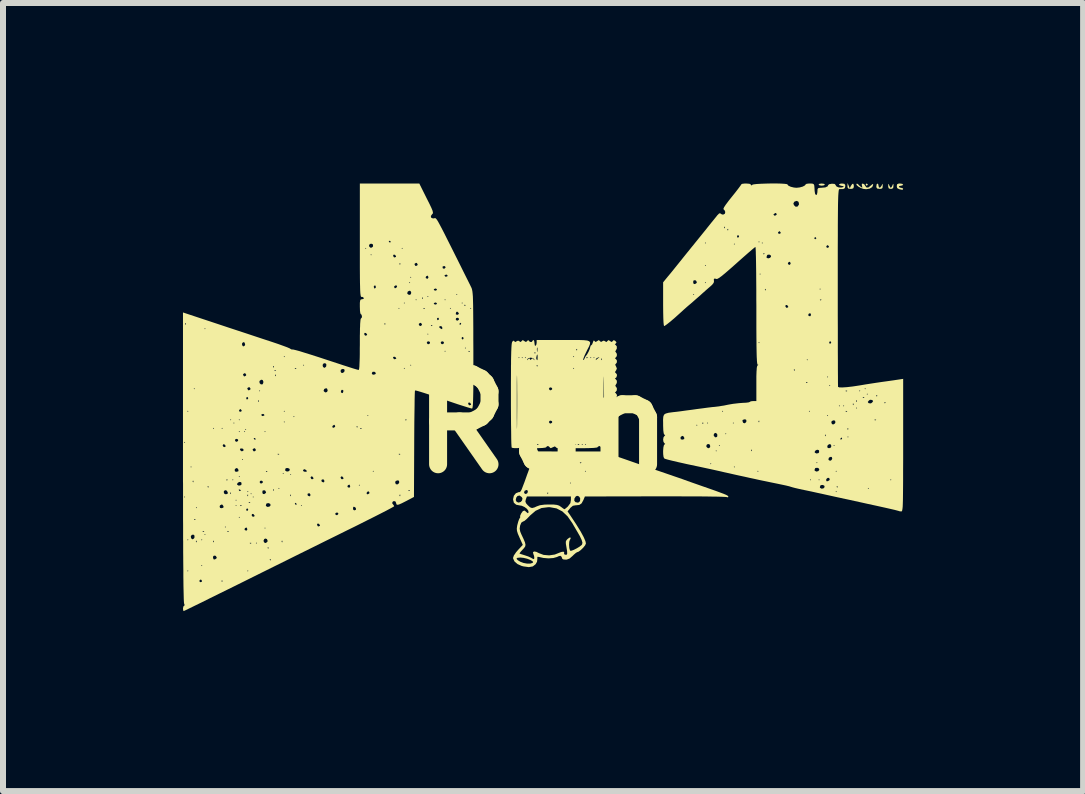
<source format=kicad_pcb>
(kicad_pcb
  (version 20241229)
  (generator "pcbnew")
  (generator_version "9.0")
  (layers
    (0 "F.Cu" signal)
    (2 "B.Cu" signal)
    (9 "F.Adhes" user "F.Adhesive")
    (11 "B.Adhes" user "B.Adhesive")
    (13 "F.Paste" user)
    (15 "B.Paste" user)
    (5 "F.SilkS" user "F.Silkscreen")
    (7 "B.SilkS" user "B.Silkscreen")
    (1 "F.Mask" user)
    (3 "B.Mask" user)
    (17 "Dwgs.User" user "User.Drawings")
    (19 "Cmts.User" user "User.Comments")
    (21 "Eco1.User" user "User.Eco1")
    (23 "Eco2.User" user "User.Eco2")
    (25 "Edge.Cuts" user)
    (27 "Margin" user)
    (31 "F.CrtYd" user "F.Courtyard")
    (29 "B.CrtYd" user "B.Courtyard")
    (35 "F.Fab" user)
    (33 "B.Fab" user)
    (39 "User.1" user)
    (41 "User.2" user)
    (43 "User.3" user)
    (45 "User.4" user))
  (footprint "Run"
    (layer "F.Cu")
    (at 6.002 4.01)
    (property "Reference" "Run" (at 0 0 0) (layer "F.SilkS") (effects (font (size 1.5 1.5) (thickness 0.3))))
    (attr board_only exclude_from_pos_files exclude_from_bom)
    (fp_poly (pts (xy 5.412 -3.988) (xy 5.412 -3.983) (xy 5.399 -3.966) (xy 5.394 -3.965) (xy 5.377 -3.979) (xy 5.377 -3.983) (xy 5.39 -4.001) (xy 5.394 -4.001)) (stroke (width 0) (type solid)) (fill yes) (layer "F.SilkS"))
    (fp_poly (pts (xy 4.682 -3.996) (xy 4.698 -3.983) (xy 4.698 -3.983) (xy 4.682 -3.971) (xy 4.645 -3.965) (xy 4.644 -3.965) (xy 4.607 -3.971) (xy 4.591 -3.983) (xy 4.591 -3.983) (xy 4.606 -3.996) (xy 4.643 -4.001) (xy 4.644 -4.001)) (stroke (width 0) (type solid)) (fill yes) (layer "F.SilkS"))
    (fp_poly (pts (xy 5.094 -3.965) (xy 5.112 -3.921) (xy 5.131 -3.961) (xy 5.154 -3.995) (xy 5.172 -3.996) (xy 5.18 -3.963) (xy 5.18 -3.956) (xy 5.174 -3.925) (xy 5.15 -3.913) (xy 5.126 -3.912) (xy 5.089 -3.916) (xy 5.075 -3.936) (xy 5.074 -3.961) (xy 5.075 -4.01)) (stroke (width 0) (type solid)) (fill yes) (layer "F.SilkS"))
    (fp_poly (pts (xy 5.839 -3.99) (xy 5.84 -3.961) (xy 5.835 -3.925) (xy 5.812 -3.913) (xy 5.796 -3.912) (xy 5.764 -3.918) (xy 5.753 -3.944) (xy 5.753 -3.961) (xy 5.754 -3.994) (xy 5.76 -3.993) (xy 5.77 -3.97) (xy 5.786 -3.939) (xy 5.796 -3.93) (xy 5.81 -3.944) (xy 5.823 -3.97) (xy 5.834 -3.996)) (stroke (width 0) (type solid)) (fill yes) (layer "F.SilkS"))
    (fp_poly (pts (xy 5.588 -3.986) (xy 5.591 -3.965) (xy 5.599 -3.935) (xy 5.618 -3.934) (xy 5.64 -3.961) (xy 5.644 -3.97) (xy 5.656 -3.996) (xy 5.66 -3.99) (xy 5.661 -3.961) (xy 5.657 -3.926) (xy 5.635 -3.913) (xy 5.609 -3.912) (xy 5.57 -3.917) (xy 5.556 -3.937) (xy 5.555 -3.956) (xy 5.561 -3.99) (xy 5.573 -4.001)) (stroke (width 0) (type solid)) (fill yes) (layer "F.SilkS"))
    (fp_poly (pts (xy 5.986 -3.996) (xy 6.002 -3.983) (xy 6.002 -3.983) (xy 5.987 -3.969) (xy 5.966 -3.965) (xy 5.937 -3.958) (xy 5.93 -3.948) (xy 5.945 -3.933) (xy 5.966 -3.93) (xy 5.995 -3.922) (xy 6.002 -3.912) (xy 5.992 -3.896) (xy 5.988 -3.896) (xy 5.962 -3.901) (xy 5.935 -3.907) (xy 5.902 -3.925) (xy 5.895 -3.958) (xy 5.901 -3.989) (xy 5.926 -4) (xy 5.948 -4.001)) (stroke (width 0) (type solid)) (fill yes) (layer "F.SilkS"))
    (fp_poly (pts (xy 5.356 -3.986) (xy 5.368 -3.965) (xy 5.39 -3.935) (xy 5.423 -3.936) (xy 5.465 -3.969) (xy 5.491 -3.992) (xy 5.501 -3.989) (xy 5.502 -3.98) (xy 5.486 -3.942) (xy 5.444 -3.916) (xy 5.386 -3.906) (xy 5.341 -3.911) (xy 5.296 -3.927) (xy 5.255 -3.95) (xy 5.227 -3.975) (xy 5.221 -3.994) (xy 5.222 -3.996) (xy 5.243 -3.997) (xy 5.248 -3.992) (xy 5.271 -3.967) (xy 5.294 -3.948) (xy 5.318 -3.931) (xy 5.321 -3.941) (xy 5.315 -3.961) (xy 5.312 -3.993) (xy 5.329 -4.001)) (stroke (width 0) (type solid)) (fill yes) (layer "F.SilkS"))
    (fp_poly (pts (xy 0.426 0.465) (xy 0.991 0.465) (xy 1.25 0.555) (xy 1.363 0.594) (xy 1.486 0.637) (xy 1.604 0.678) (xy 1.704 0.713) (xy 1.715 0.717) (xy 1.819 0.753) (xy 1.933 0.792) (xy 2.041 0.829) (xy 2.099 0.849) (xy 2.183 0.878) (xy 2.265 0.906) (xy 2.331 0.929) (xy 2.358 0.939) (xy 2.408 0.957) (xy 2.481 0.983) (xy 2.567 1.013) (xy 2.635 1.037) (xy 2.77 1.084) (xy 2.875 1.121) (xy 2.953 1.15) (xy 3.01 1.171) (xy 3.048 1.187) (xy 3.071 1.199) (xy 3.083 1.208) (xy 3.088 1.216) (xy 3.083 1.23) (xy 3.067 1.227) (xy 3.052 1.224) (xy 3.021 1.222) (xy 2.974 1.22) (xy 2.907 1.218) (xy 2.819 1.217) (xy 2.708 1.215) (xy 2.573 1.214) (xy 2.411 1.214) (xy 2.22 1.213) (xy 2 1.213) (xy 1.746 1.213) (xy 1.505 1.214) (xy 0.697 1.215) (xy 0.672 1.275) (xy 0.642 1.33) (xy 0.605 1.356) (xy 0.551 1.362) (xy 0.545 1.362) (xy 0.497 1.37) (xy 0.456 1.404) (xy 0.45 1.412) (xy 0.408 1.464) (xy 0.46 1.54) (xy 0.552 1.679) (xy 0.625 1.797) (xy 0.676 1.891) (xy 0.706 1.96) (xy 0.714 1.998) (xy 0.702 2.028) (xy 0.67 2.068) (xy 0.629 2.108) (xy 0.591 2.136) (xy 0.57 2.143) (xy 0.548 2.155) (xy 0.512 2.186) (xy 0.492 2.206) (xy 0.441 2.25) (xy 0.392 2.268) (xy 0.377 2.268) (xy 0.339 2.265) (xy 0.321 2.256) (xy 0.321 2.255) (xy 0.312 2.23) (xy 0.306 2.218) (xy 0.29 2.204) (xy 0.262 2.21) (xy 0.232 2.224) (xy 0.172 2.241) (xy 0.092 2.247) (xy 0.006 2.24) (xy -0.065 2.224) (xy -0.092 2.22) (xy -0.097 2.239) (xy -0.095 2.254) (xy -0.101 2.304) (xy -0.125 2.345) (xy -0.171 2.381) (xy -0.237 2.393) (xy -0.325 2.381) (xy -0.357 2.373) (xy -0.426 2.342) (xy -0.476 2.299) (xy -0.498 2.252) (xy -0.443 2.252) (xy -0.424 2.276) (xy -0.38 2.303) (xy -0.327 2.323) (xy -0.268 2.334) (xy -0.214 2.334) (xy -0.176 2.323) (xy -0.166 2.311) (xy -0.177 2.293) (xy -0.213 2.273) (xy -0.265 2.253) (xy -0.323 2.239) (xy -0.378 2.233) (xy -0.38 2.233) (xy -0.429 2.238) (xy -0.443 2.252) (xy -0.498 2.252) (xy -0.499 2.249) (xy -0.5 2.238) (xy -0.487 2.199) (xy -0.465 2.167) (xy -0.392 2.167) (xy -0.371 2.175) (xy -0.329 2.188) (xy -0.304 2.196) (xy -0.247 2.215) (xy -0.199 2.237) (xy -0.188 2.244) (xy -0.16 2.26) (xy -0.149 2.252) (xy -0.146 2.243) (xy -0.15 2.207) (xy -0.16 2.18) (xy -0.169 2.146) (xy -0.151 2.132) (xy -0.113 2.138) (xy -0.069 2.16) (xy 0.009 2.189) (xy 0.101 2.197) (xy 0.195 2.183) (xy 0.251 2.161) (xy 0.301 2.141) (xy 0.338 2.135) (xy 0.353 2.145) (xy 0.349 2.161) (xy 0.354 2.179) (xy 0.366 2.185) (xy 0.391 2.188) (xy 0.402 2.169) (xy 0.4 2.123) (xy 0.39 2.064) (xy 0.38 2.005) (xy 0.379 1.969) (xy 0.389 1.945) (xy 0.408 1.924) (xy 0.439 1.901) (xy 0.459 1.9) (xy 0.459 1.919) (xy 0.447 1.938) (xy 0.436 1.97) (xy 0.433 2.021) (xy 0.437 2.074) (xy 0.448 2.113) (xy 0.453 2.12) (xy 0.474 2.119) (xy 0.514 2.104) (xy 0.563 2.079) (xy 0.609 2.051) (xy 0.642 2.025) (xy 0.65 2.015) (xy 0.656 1.985) (xy 0.643 1.94) (xy 0.611 1.873) (xy 0.566 1.795) (xy 0.546 1.761) (xy 0.515 1.708) (xy 0.488 1.661) (xy 0.408 1.546) (xy 0.321 1.464) (xy 0.224 1.414) (xy 0.113 1.394) (xy 0.085 1.394) (xy -0.026 1.408) (xy -0.125 1.454) (xy -0.216 1.532) (xy -0.23 1.547) (xy -0.274 1.592) (xy -0.313 1.624) (xy -0.337 1.634) (xy -0.363 1.652) (xy -0.383 1.701) (xy -0.39 1.754) (xy -0.38 1.803) (xy -0.363 1.844) (xy -0.325 1.925) (xy -0.302 1.98) (xy -0.293 2.019) (xy -0.298 2.047) (xy -0.316 2.074) (xy -0.34 2.1) (xy -0.373 2.136) (xy -0.391 2.161) (xy -0.392 2.167) (xy -0.465 2.167) (xy -0.451 2.146) (xy -0.419 2.109) (xy -0.338 2.022) (xy -0.393 1.9) (xy -0.421 1.835) (xy -0.435 1.789) (xy -0.438 1.75) (xy -0.432 1.704) (xy -0.429 1.69) (xy -0.414 1.634) (xy -0.398 1.59) (xy -0.39 1.578) (xy -0.379 1.558) (xy -0.382 1.554) (xy -0.383 1.54) (xy -0.369 1.507) (xy -0.366 1.5) (xy -0.336 1.458) (xy -0.307 1.45) (xy -0.277 1.476) (xy -0.255 1.494) (xy -0.244 1.487) (xy -0.244 1.457) (xy -0.268 1.422) (xy -0.309 1.391) (xy -0.356 1.37) (xy -0.381 1.366) (xy -0.448 1.353) (xy -0.487 1.32) (xy -0.498 1.275) (xy -0.456 1.275) (xy -0.44 1.305) (xy -0.409 1.317) (xy -0.373 1.307) (xy -0.365 1.298) (xy -0.295 1.298) (xy -0.284 1.328) (xy -0.256 1.36) (xy -0.217 1.396) (xy -0.184 1.408) (xy -0.144 1.398) (xy -0.105 1.38) (xy -0.051 1.361) (xy 0.025 1.351) (xy 0.101 1.349) (xy 0.179 1.35) (xy 0.231 1.356) (xy 0.268 1.368) (xy 0.298 1.388) (xy 0.333 1.414) (xy 0.355 1.428) (xy 0.356 1.428) (xy 0.373 1.417) (xy 0.405 1.39) (xy 0.414 1.381) (xy 0.455 1.326) (xy 0.462 1.285) (xy 0.52 1.285) (xy 0.539 1.309) (xy 0.54 1.31) (xy 0.584 1.319) (xy 0.61 1.3) (xy 0.617 1.284) (xy 0.618 1.243) (xy 0.598 1.214) (xy 0.568 1.204) (xy 0.546 1.214) (xy 0.523 1.248) (xy 0.52 1.285) (xy 0.462 1.285) (xy 0.464 1.274) (xy 0.464 1.215) (xy 0.098 1.215) (xy -0.269 1.215) (xy -0.287 1.262) (xy -0.295 1.298) (xy -0.365 1.298) (xy -0.351 1.283) (xy -0.343 1.248) (xy -0.356 1.225) (xy -0.393 1.199) (xy -0.427 1.208) (xy -0.447 1.234) (xy -0.456 1.275) (xy -0.498 1.275) (xy -0.5 1.265) (xy -0.5 1.26) (xy -0.487 1.203) (xy -0.453 1.161) (xy -0.419 1.148) (xy -0.317 1.148) (xy -0.312 1.162) (xy -0.289 1.175) (xy -0.265 1.162) (xy -0.264 1.161) (xy 0.071 1.161) (xy 0.078 1.176) (xy 0.083 1.173) (xy 0.085 1.152) (xy 0.083 1.149) (xy 0.073 1.152) (xy 0.071 1.161) (xy -0.264 1.161) (xy -0.253 1.137) (xy -0.261 1.112) (xy -0.275 1.107) (xy -0.307 1.12) (xy -0.317 1.148) (xy -0.419 1.148) (xy -0.407 1.143) (xy -0.405 1.143) (xy -0.392 1.143) (xy -0.382 1.137) (xy -0.37 1.123) (xy -0.356 1.095) (xy -0.338 1.048) (xy -0.316 0.991) (xy 0.447 0.991) (xy 0.455 1) (xy 0.464 0.991) (xy 0.455 0.982) (xy 0.447 0.991) (xy -0.316 0.991) (xy -0.311 0.978) (xy -0.276 0.88) (xy -0.268 0.857) (xy -0.245 0.795) (xy 0.697 0.795) (xy 0.706 0.804) (xy 0.714 0.795) (xy 1.125 0.795) (xy 1.134 0.804) (xy 1.143 0.795) (xy 1.134 0.786) (xy 1.125 0.795) (xy 0.714 0.795) (xy 0.706 0.786) (xy 0.697 0.795) (xy -0.245 0.795) (xy -0.238 0.775) (xy -0.23 0.756) (xy 0.381 0.756) (xy 0.384 0.767) (xy 0.393 0.768) (xy 0.408 0.762) (xy 0.405 0.756) (xy 0.384 0.754) (xy 0.381 0.756) (xy -0.23 0.756) (xy -0.211 0.704) (xy -0.21 0.703) (xy 1.221 0.703) (xy 1.223 0.713) (xy 1.232 0.714) (xy 1.247 0.708) (xy 1.244 0.703) (xy 1.223 0.7) (xy 1.221 0.703) (xy -0.21 0.703) (xy -0.19 0.65) (xy -0.189 0.649) (xy 0.613 0.649) (xy 0.616 0.66) (xy 0.625 0.661) (xy 0.64 0.654) (xy 0.637 0.649) (xy 0.616 0.647) (xy 0.613 0.649) (xy -0.189 0.649) (xy -0.178 0.623) (xy -0.165 0.586) (xy -0.158 0.56) (xy 1.042 0.56) (xy 1.044 0.57) (xy 1.054 0.572) (xy 1.069 0.565) (xy 1.066 0.56) (xy 1.045 0.558) (xy 1.042 0.56) (xy -0.158 0.56) (xy -0.152 0.535) (xy -0.151 0.529) (xy -0.139 0.464)) (stroke (width 0) (type solid)) (fill yes) (layer "F.SilkS"))
    (fp_poly (pts (xy 0.596 -1.393) (xy 0.679 -1.39) (xy 0.736 -1.384) (xy 0.769 -1.372) (xy 0.784 -1.352) (xy 0.781 -1.324) (xy 0.766 -1.285) (xy 0.74 -1.235) (xy 0.722 -1.198) (xy 0.693 -1.137) (xy 0.674 -1.089) (xy 0.667 -1.062) (xy 0.668 -1.059) (xy 0.681 -1.064) (xy 0.69 -1.083) (xy 0.699 -1.102) (xy 0.72 -1.102) (xy 0.723 -1.091) (xy 0.732 -1.09) (xy 0.747 -1.096) (xy 0.746 -1.099) (xy 0.786 -1.099) (xy 0.795 -1.09) (xy 0.804 -1.099) (xy 0.84 -1.099) (xy 0.848 -1.09) (xy 0.857 -1.099) (xy 0.848 -1.107) (xy 0.84 -1.099) (xy 0.804 -1.099) (xy 0.795 -1.107) (xy 0.786 -1.099) (xy 0.746 -1.099) (xy 0.744 -1.102) (xy 0.723 -1.104) (xy 0.72 -1.102) (xy 0.699 -1.102) (xy 0.705 -1.115) (xy 0.713 -1.125) (xy 0.734 -1.154) (xy 0.759 -1.199) (xy 0.779 -1.246) (xy 0.786 -1.275) (xy 0.794 -1.3) (xy 0.802 -1.304) (xy 0.817 -1.319) (xy 0.83 -1.352) (xy 0.841 -1.383) (xy 0.854 -1.381) (xy 0.857 -1.376) (xy 0.874 -1.36) (xy 0.897 -1.371) (xy 0.902 -1.375) (xy 0.928 -1.391) (xy 0.944 -1.379) (xy 0.947 -1.375) (xy 0.966 -1.36) (xy 0.987 -1.372) (xy 1.014 -1.383) (xy 1.034 -1.371) (xy 1.056 -1.359) (xy 1.071 -1.374) (xy 1.088 -1.391) (xy 1.111 -1.38) (xy 1.116 -1.375) (xy 1.142 -1.36) (xy 1.158 -1.371) (xy 1.161 -1.375) (xy 1.178 -1.391) (xy 1.201 -1.379) (xy 1.205 -1.376) (xy 1.224 -1.354) (xy 1.212 -1.336) (xy 1.211 -1.335) (xy 1.197 -1.319) (xy 1.21 -1.31) (xy 1.229 -1.286) (xy 1.229 -1.249) (xy 1.213 -1.22) (xy 1.203 -1.199) (xy 1.213 -1.189) (xy 1.23 -1.161) (xy 1.229 -1.125) (xy 1.21 -1.1) (xy 1.197 -1.088) (xy 1.21 -1.079) (xy 1.229 -1.056) (xy 1.231 -1.022) (xy 1.216 -0.998) (xy 1.212 -0.996) (xy 1.202 -0.981) (xy 1.216 -0.952) (xy 1.23 -0.918) (xy 1.219 -0.89) (xy 1.214 -0.883) (xy 1.198 -0.857) (xy 1.21 -0.844) (xy 1.21 -0.844) (xy 1.229 -0.822) (xy 1.232 -0.804) (xy 1.222 -0.771) (xy 1.21 -0.761) (xy 1.197 -0.749) (xy 1.21 -0.74) (xy 1.23 -0.714) (xy 1.229 -0.676) (xy 1.213 -0.649) (xy 1.203 -0.627) (xy 1.213 -0.617) (xy 1.23 -0.59) (xy 1.229 -0.553) (xy 1.21 -0.528) (xy 1.197 -0.517) (xy 1.21 -0.508) (xy 1.229 -0.483) (xy 1.232 -0.464) (xy 1.222 -0.433) (xy 1.21 -0.424) (xy 1.198 -0.412) (xy 1.213 -0.386) (xy 1.214 -0.385) (xy 1.23 -0.356) (xy 1.221 -0.325) (xy 1.216 -0.316) (xy 1.202 -0.285) (xy 1.212 -0.272) (xy 1.23 -0.251) (xy 1.23 -0.217) (xy 1.214 -0.191) (xy 1.21 -0.189) (xy 1.197 -0.177) (xy 1.21 -0.168) (xy 1.23 -0.143) (xy 1.229 -0.105) (xy 1.213 -0.077) (xy 1.203 -0.055) (xy 1.213 -0.046) (xy 1.23 -0.018) (xy 1.229 0.018) (xy 1.21 0.043) (xy 1.197 0.055) (xy 1.21 0.064) (xy 1.229 0.089) (xy 1.232 0.107) (xy 1.222 0.139) (xy 1.21 0.147) (xy 1.198 0.16) (xy 1.213 0.185) (xy 1.214 0.186) (xy 1.23 0.216) (xy 1.221 0.247) (xy 1.216 0.255) (xy 1.202 0.287) (xy 1.212 0.3) (xy 1.231 0.321) (xy 1.227 0.356) (xy 1.207 0.385) (xy 1.179 0.398) (xy 1.131 0.407) (xy 1.075 0.411) (xy 1.021 0.41) (xy 0.981 0.405) (xy 0.965 0.393) (xy 0.965 0.393) (xy 0.95 0.377) (xy 0.938 0.375) (xy 0.914 0.385) (xy 0.911 0.393) (xy 0.894 0.4) (xy 0.843 0.406) (xy 0.763 0.409) (xy 0.655 0.411) (xy 0.625 0.411) (xy 0.511 0.41) (xy 0.424 0.407) (xy 0.366 0.402) (xy 0.34 0.395) (xy 0.339 0.393) (xy 0.325 0.377) (xy 0.313 0.375) (xy 0.289 0.385) (xy 0.286 0.393) (xy 0.272 0.408) (xy 0.243 0.41) (xy 0.217 0.4) (xy 0.211 0.391) (xy 0.195 0.381) (xy 0.162 0.395) (xy 0.129 0.41) (xy 0.114 0.402) (xy 0.112 0.397) (xy 0.094 0.379) (xy 0.068 0.376) (xy 0.054 0.391) (xy 0.054 0.393) (xy 0.037 0.401) (xy -0.011 0.407) (xy -0.085 0.41) (xy -0.134 0.411) (xy -0.22 0.409) (xy -0.282 0.405) (xy -0.316 0.398) (xy -0.322 0.393) (xy -0.336 0.377) (xy -0.348 0.375) (xy -0.372 0.385) (xy -0.375 0.393) (xy -0.391 0.404) (xy -0.427 0.41) (xy -0.472 0.41) (xy -0.509 0.406) (xy -0.524 0.399) (xy -0.526 0.379) (xy -0.528 0.345) (xy -0.28 0.345) (xy -0.277 0.356) (xy -0.268 0.357) (xy -0.253 0.351) (xy -0.254 0.348) (xy -0.214 0.348) (xy -0.205 0.357) (xy -0.196 0.348) (xy -0.199 0.345) (xy -0.155 0.345) (xy -0.152 0.356) (xy -0.143 0.357) (xy -0.128 0.351) (xy -0.131 0.345) (xy -0.101 0.345) (xy -0.099 0.356) (xy -0.089 0.357) (xy -0.075 0.351) (xy -0.077 0.345) (xy 0.47 0.345) (xy 0.473 0.356) (xy 0.482 0.357) (xy 0.497 0.351) (xy 0.494 0.345) (xy 0.524 0.345) (xy 0.526 0.356) (xy 0.536 0.357) (xy 0.551 0.351) (xy 0.548 0.345) (xy 0.578 0.345) (xy 0.58 0.356) (xy 0.589 0.357) (xy 0.604 0.351) (xy 0.603 0.348) (xy 0.643 0.348) (xy 0.652 0.357) (xy 0.661 0.348) (xy 0.697 0.348) (xy 0.706 0.357) (xy 0.714 0.348) (xy 0.706 0.339) (xy 0.697 0.348) (xy 0.661 0.348) (xy 0.652 0.339) (xy 0.643 0.348) (xy 0.603 0.348) (xy 0.601 0.345) (xy 0.58 0.343) (xy 0.578 0.345) (xy 0.548 0.345) (xy 0.527 0.343) (xy 0.524 0.345) (xy 0.494 0.345) (xy 0.473 0.343) (xy 0.47 0.345) (xy -0.077 0.345) (xy -0.099 0.343) (xy -0.101 0.345) (xy -0.131 0.345) (xy -0.152 0.343) (xy -0.155 0.345) (xy -0.199 0.345) (xy -0.205 0.339) (xy -0.214 0.348) (xy -0.254 0.348) (xy -0.256 0.345) (xy -0.277 0.343) (xy -0.28 0.345) (xy -0.528 0.345) (xy -0.529 0.327) (xy -0.531 0.247) (xy -0.532 0.141) (xy -0.534 0.013) (xy -0.535 -0.133) (xy -0.536 -0.293) (xy -0.536 -0.357) (xy -0.438 -0.357) (xy -0.438 -0.216) (xy -0.438 -0.1) (xy -0.437 -0.01) (xy -0.437 0.052) (xy -0.436 0.085) (xy -0.435 0.086) (xy -0.434 0.054) (xy -0.433 0.004) (xy -0.433 -0.024) (xy 0.097 -0.024) (xy 0.111 -0.004) (xy 0.125 0) (xy 0.141 -0.009) (xy 0.5 -0.009) (xy 0.509 0) (xy 0.518 -0.009) (xy 0.509 -0.018) (xy 0.5 -0.009) (xy 0.141 -0.009) (xy 0.148 -0.013) (xy 0.151 -0.017) (xy 0.15 -0.038) (xy 0.128 -0.049) (xy 0.107 -0.044) (xy 0.097 -0.024) (xy -0.433 -0.024) (xy -0.432 -0.14) (xy -0.431 -0.305) (xy -0.431 -0.348) (xy 1.008 -0.348) (xy 1.009 -0.208) (xy 1.009 -0.092) (xy 1.009 -0.002) (xy 1.01 0.059) (xy 1.011 0.091) (xy 1.012 0.092) (xy 1.013 0.06) (xy 1.014 0.015) (xy 1.015 -0.126) (xy 1.016 -0.287) (xy 1.016 -0.454) (xy 1.015 -0.611) (xy 1.014 -0.7) (xy 1.013 -0.76) (xy 1.012 -0.785) (xy 1.011 -0.778) (xy 1.01 -0.74) (xy 1.009 -0.673) (xy 1.009 -0.577) (xy 1.008 -0.456) (xy 1.008 -0.348) (xy -0.431 -0.348) (xy -0.431 -0.475) (xy -0.432 -0.578) (xy 0.097 -0.578) (xy 0.111 -0.558) (xy 0.125 -0.554) (xy 0.148 -0.567) (xy 0.151 -0.57) (xy 0.15 -0.592) (xy 0.128 -0.603) (xy 0.107 -0.598) (xy 0.097 -0.578) (xy -0.432 -0.578) (xy -0.432 -0.634) (xy -0.433 -0.719) (xy -0.434 -0.778) (xy -0.435 -0.803) (xy -0.436 -0.795) (xy -0.437 -0.757) (xy -0.438 -0.689) (xy -0.438 -0.593) (xy -0.438 -0.471) (xy -0.438 -0.357) (xy -0.536 -0.357) (xy -0.536 -0.465) (xy -0.536 -0.478) (xy -0.536 -0.68) (xy -0.535 -0.851) (xy -0.535 -0.92) (xy 0.5 -0.92) (xy 0.509 -0.911) (xy 0.518 -0.92) (xy 0.509 -0.929) (xy 0.5 -0.92) (xy -0.535 -0.92) (xy -0.535 -0.965) (xy -0.107 -0.965) (xy -0.101 -0.95) (xy -0.095 -0.953) (xy -0.093 -0.974) (xy -0.095 -0.976) (xy -0.106 -0.974) (xy -0.107 -0.965) (xy -0.535 -0.965) (xy -0.534 -0.991) (xy -0.534 -1.054) (xy -0.266 -1.054) (xy -0.255 -1.066) (xy -0.25 -1.072) (xy -0.232 -1.089) (xy -0.22 -1.075) (xy -0.22 -1.074) (xy -0.209 -1.059) (xy -0.194 -1.074) (xy -0.178 -1.089) (xy -0.16 -1.072) (xy -0.159 -1.072) (xy -0.145 -1.054) (xy -0.146 -1.066) (xy -0.147 -1.072) (xy -0.17 -1.092) (xy -0.187 -1.095) (xy -0.114 -1.095) (xy -0.112 -1.076) (xy -0.099 -1.055) (xy -0.098 -1.057) (xy 0.879 -1.057) (xy 0.887 -1.065) (xy 0.896 -1.072) (xy 0.965 -1.072) (xy 0.971 -1.057) (xy 0.976 -1.06) (xy 0.979 -1.081) (xy 0.976 -1.084) (xy 0.966 -1.081) (xy 0.965 -1.072) (xy 0.896 -1.072) (xy 0.917 -1.089) (xy 0.929 -1.096) (xy 0.941 -1.103) (xy 0.921 -1.103) (xy 0.889 -1.087) (xy 0.88 -1.072) (xy 0.879 -1.057) (xy -0.098 -1.057) (xy -0.092 -1.068) (xy -0.091 -1.112) (xy -0.091 -1.116) (xy 0.5 -1.116) (xy 0.509 -1.107) (xy 0.518 -1.116) (xy 0.509 -1.125) (xy 0.5 -1.116) (xy -0.091 -1.116) (xy -0.093 -1.147) (xy -0.099 -1.15) (xy -0.106 -1.134) (xy -0.114 -1.095) (xy -0.187 -1.095) (xy -0.205 -1.099) (xy -0.247 -1.09) (xy -0.263 -1.072) (xy -0.266 -1.054) (xy -0.534 -1.054) (xy -0.533 -1.099) (xy -0.411 -1.099) (xy -0.402 -1.09) (xy -0.393 -1.099) (xy -0.357 -1.099) (xy -0.348 -1.09) (xy -0.339 -1.099) (xy -0.304 -1.099) (xy -0.295 -1.09) (xy -0.286 -1.099) (xy -0.295 -1.107) (xy -0.304 -1.099) (xy -0.339 -1.099) (xy -0.348 -1.107) (xy -0.357 -1.099) (xy -0.393 -1.099) (xy -0.402 -1.107) (xy -0.411 -1.099) (xy -0.533 -1.099) (xy -0.533 -1.103) (xy -0.531 -1.179) (xy -0.143 -1.179) (xy -0.136 -1.164) (xy -0.131 -1.167) (xy -0.129 -1.188) (xy -0.131 -1.191) (xy -0.142 -1.188) (xy -0.143 -1.179) (xy -0.531 -1.179) (xy -0.531 -1.192) (xy -0.529 -1.232) (xy -0.103 -1.232) (xy -0.101 -1.2) (xy -0.097 -1.196) (xy -0.095 -1.201) (xy -0.093 -1.232) (xy 0.554 -1.232) (xy 0.56 -1.218) (xy 0.566 -1.221) (xy 0.568 -1.242) (xy 0.566 -1.244) (xy 0.555 -1.242) (xy 0.554 -1.232) (xy -0.093 -1.232) (xy -0.092 -1.247) (xy -0.095 -1.264) (xy -0.1 -1.269) (xy -0.103 -1.245) (xy -0.103 -1.232) (xy -0.529 -1.232) (xy -0.528 -1.259) (xy -0.525 -1.307) (xy -0.521 -1.34) (xy -0.516 -1.359) (xy -0.511 -1.368) (xy -0.488 -1.383) (xy -0.478 -1.371) (xy -0.466 -1.358) (xy -0.444 -1.37) (xy -0.416 -1.383) (xy -0.395 -1.371) (xy -0.373 -1.359) (xy -0.358 -1.374) (xy -0.341 -1.391) (xy -0.318 -1.38) (xy -0.313 -1.375) (xy -0.287 -1.36) (xy -0.268 -1.372) (xy -0.265 -1.377) (xy -0.248 -1.392) (xy -0.238 -1.38) (xy -0.219 -1.362) (xy -0.193 -1.359) (xy -0.179 -1.373) (xy -0.179 -1.375) (xy -0.165 -1.393) (xy -0.161 -1.393) (xy -0.148 -1.378) (xy -0.143 -1.34) (xy -0.143 -1.339) (xy -0.138 -1.303) (xy -0.126 -1.295) (xy -0.125 -1.295) (xy -0.111 -1.32) (xy -0.107 -1.35) (xy -0.107 -1.393) (xy 0.339 -1.393) (xy 0.484 -1.393)) (stroke (width 0) (type solid)) (fill yes) (layer "F.SilkS"))
    (fp_poly (pts (xy 3.888 -4.002) (xy 3.965 -4) (xy 4.026 -3.996) (xy 4.064 -3.991) (xy 4.073 -3.986) (xy 4.088 -3.966) (xy 4.128 -3.947) (xy 4.181 -3.934) (xy 4.224 -3.93) (xy 4.278 -3.936) (xy 4.329 -3.95) (xy 4.365 -3.97) (xy 4.376 -3.986) (xy 4.392 -3.996) (xy 4.432 -4.001) (xy 4.448 -4.001) (xy 4.487 -4) (xy 4.509 -3.992) (xy 4.52 -3.97) (xy 4.524 -3.924) (xy 4.526 -3.878) (xy 4.534 -3.83) (xy 4.549 -3.809) (xy 4.564 -3.817) (xy 4.572 -3.854) (xy 4.573 -3.866) (xy 4.575 -3.908) (xy 4.59 -3.926) (xy 4.627 -3.93) (xy 4.634 -3.93) (xy 4.704 -3.936) (xy 4.743 -3.954) (xy 4.751 -3.973) (xy 4.767 -3.989) (xy 4.809 -3.997) (xy 4.814 -3.998) (xy 4.86 -3.994) (xy 4.876 -3.977) (xy 4.876 -3.974) (xy 4.892 -3.951) (xy 4.928 -3.936) (xy 4.972 -3.934) (xy 4.997 -3.94) (xy 5.013 -3.951) (xy 4.999 -3.958) (xy 4.979 -3.961) (xy 4.939 -3.973) (xy 4.933 -3.988) (xy 4.959 -3.999) (xy 4.984 -4.001) (xy 5.022 -3.996) (xy 5.036 -3.976) (xy 5.037 -3.956) (xy 5.03 -3.924) (xy 5.004 -3.909) (xy 4.951 -3.908) (xy 4.943 -3.909) (xy 4.938 -3.908) (xy 4.933 -3.902) (xy 4.929 -3.891) (xy 4.926 -3.87) (xy 4.923 -3.839) (xy 4.92 -3.795) (xy 4.918 -3.735) (xy 4.916 -3.659) (xy 4.915 -3.563) (xy 4.914 -3.446) (xy 4.913 -3.305) (xy 4.913 -3.139) (xy 4.912 -2.945) (xy 4.912 -2.72) (xy 4.912 -2.464) (xy 4.912 -2.268) (xy 4.912 -2.029) (xy 4.912 -1.8) (xy 4.913 -1.584) (xy 4.913 -1.382) (xy 4.913 -1.199) (xy 4.914 -1.036) (xy 4.914 -0.896) (xy 4.915 -0.78) (xy 4.915 -0.693) (xy 4.916 -0.636) (xy 4.916 -0.612) (xy 4.917 -0.612) (xy 4.937 -0.603) (xy 4.988 -0.602) (xy 5.064 -0.607) (xy 5.16 -0.618) (xy 5.272 -0.635) (xy 5.314 -0.642) (xy 5.372 -0.652) (xy 5.456 -0.665) (xy 5.554 -0.68) (xy 5.656 -0.695) (xy 5.671 -0.697) (xy 5.765 -0.71) (xy 5.849 -0.722) (xy 5.915 -0.732) (xy 5.956 -0.738) (xy 5.961 -0.739) (xy 6.002 -0.745) (xy 6.002 0.36) (xy 6.002 0.586) (xy 6.001 0.779) (xy 6.001 0.941) (xy 6 1.076) (xy 5.999 1.185) (xy 5.998 1.272) (xy 5.996 1.339) (xy 5.994 1.388) (xy 5.99 1.423) (xy 5.986 1.445) (xy 5.982 1.458) (xy 5.976 1.463) (xy 5.969 1.465) (xy 5.969 1.465) (xy 5.938 1.461) (xy 5.929 1.457) (xy 5.91 1.452) (xy 5.861 1.439) (xy 5.788 1.422) (xy 5.695 1.401) (xy 5.587 1.377) (xy 5.537 1.366) (xy 5.417 1.34) (xy 5.3 1.314) (xy 5.195 1.291) (xy 5.109 1.272) (xy 5.048 1.259) (xy 5.037 1.257) (xy 4.961 1.24) (xy 4.886 1.224) (xy 4.841 1.214) (xy 4.778 1.2) (xy 4.701 1.183) (xy 4.644 1.17) (xy 4.573 1.155) (xy 4.483 1.135) (xy 4.479 1.134) (xy 4.876 1.134) (xy 4.885 1.143) (xy 4.894 1.134) (xy 4.885 1.125) (xy 4.876 1.134) (xy 4.479 1.134) (xy 4.388 1.115) (xy 4.349 1.107) (xy 4.27 1.09) (xy 4.201 1.074) (xy 4.152 1.061) (xy 4.15 1.06) (xy 4.613 1.06) (xy 4.617 1.071) (xy 4.643 1.086) (xy 4.668 1.081) (xy 5.412 1.081) (xy 5.421 1.09) (xy 5.43 1.081) (xy 5.421 1.072) (xy 5.412 1.081) (xy 4.668 1.081) (xy 4.675 1.079) (xy 4.693 1.058) (xy 4.692 1.054) (xy 4.894 1.054) (xy 4.901 1.069) (xy 4.906 1.066) (xy 4.908 1.045) (xy 4.906 1.042) (xy 4.896 1.044) (xy 4.894 1.054) (xy 4.692 1.054) (xy 4.687 1.035) (xy 4.661 1.023) (xy 4.631 1.026) (xy 4.623 1.032) (xy 4.613 1.06) (xy 4.15 1.06) (xy 4.135 1.056) (xy 4.104 1.046) (xy 4.046 1.032) (xy 3.97 1.016) (xy 3.894 1) (xy 3.801 0.981) (xy 3.71 0.962) (xy 3.632 0.946) (xy 3.594 0.938) (xy 4.448 0.938) (xy 4.457 0.947) (xy 4.466 0.938) (xy 4.591 0.938) (xy 4.6 0.947) (xy 4.608 0.938) (xy 4.606 0.935) (xy 4.719 0.935) (xy 4.722 0.96) (xy 4.745 0.961) (xy 4.773 0.944) (xy 4.775 0.938) (xy 5.787 0.938) (xy 5.796 0.947) (xy 5.805 0.938) (xy 5.796 0.929) (xy 5.787 0.938) (xy 4.775 0.938) (xy 4.778 0.929) (xy 4.767 0.906) (xy 4.744 0.905) (xy 4.723 0.923) (xy 4.719 0.935) (xy 4.606 0.935) (xy 4.6 0.929) (xy 4.591 0.938) (xy 4.466 0.938) (xy 4.457 0.929) (xy 4.448 0.938) (xy 3.594 0.938) (xy 3.59 0.937) (xy 3.523 0.922) (xy 3.438 0.904) (xy 3.354 0.885) (xy 3.349 0.884) (xy 3.256 0.864) (xy 3.18 0.847) (xy 3.106 0.83) (xy 3.019 0.811) (xy 2.956 0.796) (xy 2.951 0.795) (xy 3.572 0.795) (xy 3.581 0.804) (xy 3.59 0.795) (xy 3.581 0.786) (xy 3.572 0.795) (xy 2.951 0.795) (xy 2.879 0.779) (xy 2.861 0.775) (xy 4.524 0.775) (xy 4.528 0.785) (xy 4.554 0.8) (xy 4.579 0.795) (xy 4.876 0.795) (xy 4.885 0.804) (xy 4.894 0.795) (xy 4.885 0.786) (xy 4.876 0.795) (xy 4.579 0.795) (xy 4.586 0.793) (xy 4.604 0.773) (xy 4.598 0.749) (xy 4.572 0.737) (xy 4.542 0.74) (xy 4.534 0.746) (xy 4.524 0.775) (xy 2.861 0.775) (xy 2.803 0.762) (xy 2.751 0.751) (xy 2.622 0.723) (xy 3.179 0.723) (xy 3.188 0.732) (xy 3.197 0.723) (xy 3.188 0.714) (xy 3.179 0.723) (xy 2.622 0.723) (xy 2.551 0.708) (xy 2.385 0.673) (xy 2.373 0.67) (xy 2.786 0.67) (xy 2.795 0.679) (xy 2.804 0.67) (xy 2.795 0.661) (xy 2.786 0.67) (xy 2.373 0.67) (xy 2.293 0.652) (xy 4.555 0.652) (xy 4.564 0.661) (xy 4.573 0.652) (xy 4.564 0.643) (xy 4.555 0.652) (xy 2.293 0.652) (xy 2.252 0.643) (xy 2.15 0.619) (xy 2.078 0.601) (xy 2.055 0.594) (xy 4.756 0.594) (xy 4.761 0.608) (xy 4.784 0.621) (xy 4.808 0.608) (xy 4.82 0.584) (xy 4.812 0.558) (xy 4.798 0.554) (xy 4.766 0.566) (xy 4.756 0.594) (xy 2.055 0.594) (xy 2.034 0.588) (xy 2.021 0.582) (xy 2.008 0.557) (xy 2.002 0.511) (xy 2.001 0.471) (xy 4.527 0.471) (xy 4.529 0.484) (xy 4.556 0.499) (xy 4.588 0.493) (xy 4.6 0.481) (xy 4.601 0.453) (xy 4.593 0.442) (xy 4.568 0.436) (xy 4.541 0.449) (xy 4.527 0.471) (xy 2.001 0.471) (xy 2.001 0.455) (xy 2.876 0.455) (xy 2.885 0.464) (xy 2.894 0.455) (xy 2.885 0.447) (xy 3.465 0.447) (xy 3.472 0.461) (xy 3.477 0.458) (xy 3.479 0.437) (xy 3.477 0.435) (xy 3.467 0.437) (xy 3.465 0.447) (xy 2.885 0.447) (xy 2.876 0.455) (xy 2.001 0.455) (xy 2.001 0.454) (xy 2.005 0.4) (xy 2.008 0.387) (xy 2.722 0.387) (xy 2.745 0.408) (xy 2.761 0.411) (xy 2.782 0.396) (xy 2.785 0.38) (xy 4.737 0.38) (xy 4.743 0.405) (xy 4.768 0.411) (xy 4.798 0.399) (xy 4.805 0.374) (xy 4.802 0.366) (xy 4.841 0.366) (xy 4.85 0.375) (xy 4.859 0.366) (xy 4.85 0.357) (xy 4.841 0.366) (xy 4.802 0.366) (xy 4.794 0.347) (xy 4.769 0.343) (xy 4.745 0.36) (xy 4.737 0.38) (xy 2.785 0.38) (xy 2.786 0.375) (xy 2.783 0.366) (xy 2.929 0.366) (xy 2.938 0.375) (xy 2.947 0.366) (xy 2.938 0.357) (xy 2.929 0.366) (xy 2.783 0.366) (xy 2.774 0.346) (xy 2.747 0.34) (xy 2.724 0.357) (xy 2.722 0.387) (xy 2.008 0.387) (xy 2.014 0.361) (xy 2.023 0.35) (xy 2.036 0.338) (xy 2.023 0.329) (xy 2.007 0.305) (xy 2.001 0.268) (xy 2.006 0.237) (xy 2.29 0.237) (xy 2.296 0.262) (xy 2.322 0.268) (xy 2.351 0.259) (xy 2.353 0.25) (xy 4.957 0.25) (xy 4.958 0.267) (xy 4.965 0.268) (xy 4.983 0.255) (xy 4.984 0.25) (xy 4.977 0.233) (xy 4.976 0.232) (xy 4.96 0.245) (xy 4.957 0.25) (xy 2.353 0.25) (xy 2.354 0.237) (xy 2.337 0.21) (xy 2.322 0.205) (xy 2.297 0.22) (xy 2.29 0.237) (xy 2.006 0.237) (xy 2.008 0.228) (xy 2.023 0.207) (xy 2.036 0.195) (xy 2.027 0.189) (xy 2.843 0.189) (xy 2.846 0.204) (xy 2.868 0.23) (xy 2.894 0.225) (xy 2.895 0.223) (xy 5.073 0.223) (xy 5.082 0.232) (xy 5.091 0.223) (xy 5.082 0.214) (xy 5.073 0.223) (xy 2.895 0.223) (xy 2.903 0.214) (xy 2.904 0.196) (xy 4.698 0.196) (xy 4.704 0.211) (xy 4.71 0.208) (xy 4.712 0.187) (xy 4.71 0.185) (xy 4.699 0.187) (xy 4.698 0.196) (xy 2.904 0.196) (xy 2.904 0.185) (xy 2.899 0.171) (xy 2.897 0.17) (xy 3.037 0.17) (xy 3.045 0.179) (xy 3.054 0.17) (xy 3.045 0.161) (xy 3.037 0.17) (xy 2.897 0.17) (xy 2.877 0.155) (xy 2.854 0.164) (xy 2.843 0.189) (xy 2.027 0.189) (xy 2.023 0.186) (xy 2.011 0.165) (xy 2.004 0.115) (xy 2.003 0.089) (xy 5.073 0.089) (xy 5.079 0.104) (xy 5.085 0.101) (xy 5.087 0.08) (xy 5.085 0.077) (xy 5.074 0.08) (xy 5.073 0.089) (xy 2.003 0.089) (xy 2.001 0.033) (xy 2.001 0.027) (xy 2.554 0.027) (xy 2.563 0.036) (xy 2.572 0.027) (xy 2.563 0.018) (xy 2.554 0.027) (xy 2.001 0.027) (xy 2.001 0.009) (xy 2.001 -0.012) (xy 2.65 -0.012) (xy 2.652 -0.001) (xy 2.661 0) (xy 2.676 -0.007) (xy 2.675 -0.009) (xy 2.733 -0.009) (xy 2.742 0) (xy 2.751 -0.009) (xy 3.162 -0.009) (xy 3.171 0) (xy 3.179 -0.009) (xy 3.171 -0.018) (xy 3.162 -0.009) (xy 2.751 -0.009) (xy 2.742 -0.018) (xy 2.733 -0.009) (xy 2.675 -0.009) (xy 2.673 -0.012) (xy 2.652 -0.014) (xy 2.65 -0.012) (xy 2.001 -0.012) (xy 2 -0.048) (xy 3.322 -0.048) (xy 3.334 -0.014) (xy 3.358 -0.004) (xy 3.377 -0.017) (xy 4.805 -0.017) (xy 4.816 0.01) (xy 4.841 0.014) (xy 4.865 -0.002) (xy 4.873 -0.023) (xy 4.866 -0.048) (xy 4.842 -0.054) (xy 4.811 -0.042) (xy 4.805 -0.017) (xy 3.377 -0.017) (xy 3.382 -0.02) (xy 3.388 -0.036) (xy 3.59 -0.036) (xy 3.597 -0.021) (xy 3.602 -0.024) (xy 3.604 -0.045) (xy 3.602 -0.048) (xy 3.592 -0.045) (xy 3.59 -0.036) (xy 3.388 -0.036) (xy 3.391 -0.042) (xy 3.383 -0.065) (xy 5.525 -0.065) (xy 5.528 -0.055) (xy 5.537 -0.054) (xy 5.552 -0.06) (xy 5.549 -0.065) (xy 5.528 -0.068) (xy 5.525 -0.065) (xy 3.383 -0.065) (xy 3.383 -0.066) (xy 3.359 -0.071) (xy 3.33 -0.062) (xy 3.322 -0.048) (xy 2 -0.048) (xy 2 -0.065) (xy 2.004 -0.115) (xy 2.011 -0.134) (xy 4.733 -0.134) (xy 4.742 -0.125) (xy 4.751 -0.134) (xy 4.742 -0.143) (xy 4.733 -0.134) (xy 2.011 -0.134) (xy 2.016 -0.148) (xy 2.044 -0.167) (xy 2.092 -0.18) (xy 2.166 -0.19) (xy 2.223 -0.196) (xy 2.294 -0.205) (xy 2.294 -0.205) (xy 2.983 -0.205) (xy 2.992 -0.196) (xy 3.001 -0.205) (xy 4.43 -0.205) (xy 4.439 -0.196) (xy 4.448 -0.205) (xy 4.445 -0.208) (xy 5.043 -0.208) (xy 5.046 -0.198) (xy 5.055 -0.196) (xy 5.07 -0.203) (xy 5.067 -0.208) (xy 5.046 -0.211) (xy 5.043 -0.208) (xy 4.445 -0.208) (xy 4.439 -0.214) (xy 4.43 -0.205) (xy 3.001 -0.205) (xy 2.992 -0.214) (xy 2.983 -0.205) (xy 2.294 -0.205) (xy 2.386 -0.218) (xy 2.487 -0.231) (xy 2.563 -0.242) (xy 2.657 -0.254) (xy 2.694 -0.259) (xy 5.216 -0.259) (xy 5.225 -0.25) (xy 5.234 -0.259) (xy 5.225 -0.268) (xy 5.216 -0.259) (xy 2.694 -0.259) (xy 2.747 -0.266) (xy 2.822 -0.275) (xy 2.867 -0.279) (xy 2.933 -0.287) (xy 2.979 -0.295) (xy 4.93 -0.295) (xy 4.939 -0.286) (xy 4.948 -0.295) (xy 5.001 -0.295) (xy 5.01 -0.286) (xy 5.019 -0.295) (xy 5.01 -0.304) (xy 5.001 -0.295) (xy 4.948 -0.295) (xy 4.939 -0.304) (xy 4.93 -0.295) (xy 2.979 -0.295) (xy 3.014 -0.3) (xy 3.081 -0.314) (xy 3.126 -0.322) (xy 5.162 -0.322) (xy 5.169 -0.307) (xy 5.174 -0.31) (xy 5.176 -0.331) (xy 5.174 -0.333) (xy 5.163 -0.331) (xy 5.162 -0.322) (xy 3.126 -0.322) (xy 3.168 -0.329) (xy 3.263 -0.34) (xy 3.327 -0.345) (xy 3.387 -0.348) (xy 3.43 -0.354) (xy 3.443 -0.36) (xy 5.412 -0.36) (xy 5.423 -0.344) (xy 5.43 -0.339) (xy 5.464 -0.336) (xy 5.484 -0.35) (xy 5.485 -0.351) (xy 5.686 -0.351) (xy 5.689 -0.341) (xy 5.698 -0.339) (xy 5.713 -0.346) (xy 5.71 -0.351) (xy 5.689 -0.353) (xy 5.686 -0.351) (xy 5.485 -0.351) (xy 5.501 -0.373) (xy 5.491 -0.388) (xy 5.484 -0.393) (xy 5.45 -0.397) (xy 5.43 -0.383) (xy 5.412 -0.36) (xy 3.443 -0.36) (xy 3.447 -0.362) (xy 3.447 -0.362) (xy 3.463 -0.371) (xy 3.5 -0.375) (xy 3.501 -0.375) (xy 3.555 -0.375) (xy 5.216 -0.375) (xy 5.222 -0.36) (xy 5.228 -0.363) (xy 5.23 -0.384) (xy 5.228 -0.387) (xy 5.217 -0.385) (xy 5.216 -0.375) (xy 3.555 -0.375) (xy 3.555 -0.441) (xy 5.329 -0.441) (xy 5.331 -0.43) (xy 5.341 -0.429) (xy 5.355 -0.435) (xy 5.353 -0.441) (xy 5.331 -0.443) (xy 5.329 -0.441) (xy 3.555 -0.441) (xy 3.555 -0.464) (xy 5.555 -0.464) (xy 5.562 -0.45) (xy 5.567 -0.453) (xy 5.569 -0.474) (xy 5.567 -0.476) (xy 5.556 -0.474) (xy 5.555 -0.464) (xy 3.555 -0.464) (xy 3.555 -0.491) (xy 5.394 -0.491) (xy 5.403 -0.482) (xy 5.412 -0.491) (xy 5.403 -0.5) (xy 5.394 -0.491) (xy 3.555 -0.491) (xy 3.555 -0.548) (xy 5.043 -0.548) (xy 5.046 -0.537) (xy 5.055 -0.536) (xy 5.07 -0.542) (xy 5.068 -0.545) (xy 5.269 -0.545) (xy 5.278 -0.536) (xy 5.287 -0.545) (xy 5.278 -0.554) (xy 5.269 -0.545) (xy 5.068 -0.545) (xy 5.067 -0.548) (xy 5.046 -0.55) (xy 5.043 -0.548) (xy 3.555 -0.548) (xy 3.555 -0.581) (xy 5.359 -0.581) (xy 5.368 -0.572) (xy 5.377 -0.581) (xy 5.368 -0.589) (xy 5.359 -0.581) (xy 3.555 -0.581) (xy 3.555 -0.634) (xy 4.769 -0.634) (xy 4.778 -0.625) (xy 4.787 -0.634) (xy 4.778 -0.643) (xy 4.769 -0.634) (xy 3.555 -0.634) (xy 3.555 -0.668) (xy 3.555 -0.691) (xy 4.382 -0.691) (xy 4.385 -0.68) (xy 4.394 -0.679) (xy 4.409 -0.685) (xy 4.406 -0.691) (xy 4.385 -0.693) (xy 4.382 -0.691) (xy 3.555 -0.691) (xy 3.555 -0.777) (xy 4.733 -0.777) (xy 4.742 -0.768) (xy 4.751 -0.777) (xy 4.742 -0.786) (xy 4.733 -0.777) (xy 3.555 -0.777) (xy 3.555 -0.786) (xy 3.558 -0.871) (xy 3.56 -0.893) (xy 4.18 -0.893) (xy 4.186 -0.878) (xy 4.192 -0.881) (xy 4.194 -0.902) (xy 4.192 -0.905) (xy 4.181 -0.903) (xy 4.18 -0.893) (xy 3.56 -0.893) (xy 3.562 -0.928) (xy 3.569 -0.96) (xy 3.577 -0.971) (xy 3.59 -0.979) (xy 3.577 -0.981) (xy 3.572 -0.988) (xy 3.568 -1.011) (xy 3.564 -1.052) (xy 3.564 -1.063) (xy 4.394 -1.063) (xy 4.403 -1.054) (xy 4.412 -1.063) (xy 4.403 -1.072) (xy 4.394 -1.063) (xy 3.564 -1.063) (xy 3.561 -1.113) (xy 3.559 -1.196) (xy 3.557 -1.304) (xy 3.557 -1.349) (xy 3.59 -1.349) (xy 3.599 -1.34) (xy 3.608 -1.349) (xy 4.769 -1.349) (xy 4.778 -1.33) (xy 4.795 -1.336) (xy 4.803 -1.353) (xy 4.791 -1.37) (xy 4.787 -1.372) (xy 4.772 -1.363) (xy 4.769 -1.349) (xy 3.608 -1.349) (xy 3.599 -1.358) (xy 3.59 -1.349) (xy 3.557 -1.349) (xy 3.556 -1.439) (xy 3.555 -1.603) (xy 3.555 -1.8) (xy 3.555 -1.805) (xy 4.42 -1.805) (xy 4.424 -1.798) (xy 4.45 -1.787) (xy 4.465 -1.806) (xy 4.466 -1.813) (xy 4.456 -1.837) (xy 4.449 -1.84) (xy 4.425 -1.828) (xy 4.42 -1.805) (xy 3.555 -1.805) (xy 3.555 -1.957) (xy 4.037 -1.957) (xy 4.051 -1.933) (xy 4.065 -1.929) (xy 4.086 -1.94) (xy 4.086 -1.95) (xy 4.069 -1.974) (xy 4.047 -1.977) (xy 4.037 -1.957) (xy 3.555 -1.957) (xy 3.555 -1.966) (xy 3.554 -2.066) (xy 4.614 -2.066) (xy 4.617 -2.055) (xy 4.626 -2.054) (xy 4.641 -2.061) (xy 4.638 -2.066) (xy 4.617 -2.068) (xy 4.614 -2.066) (xy 3.554 -2.066) (xy 3.554 -2.166) (xy 3.554 -2.233) (xy 3.697 -2.233) (xy 3.704 -2.218) (xy 3.709 -2.221) (xy 3.711 -2.242) (xy 4.608 -2.242) (xy 4.617 -2.233) (xy 4.626 -2.242) (xy 4.617 -2.251) (xy 4.608 -2.242) (xy 3.711 -2.242) (xy 3.712 -2.242) (xy 3.709 -2.245) (xy 3.699 -2.242) (xy 3.697 -2.233) (xy 3.554 -2.233) (xy 3.553 -2.349) (xy 3.552 -2.492) (xy 3.608 -2.492) (xy 3.617 -2.483) (xy 3.626 -2.492) (xy 3.617 -2.501) (xy 3.608 -2.492) (xy 3.552 -2.492) (xy 3.552 -2.512) (xy 3.55 -2.653) (xy 3.55 -2.662) (xy 4.08 -2.662) (xy 4.085 -2.655) (xy 4.111 -2.644) (xy 4.126 -2.663) (xy 4.126 -2.67) (xy 4.117 -2.694) (xy 4.109 -2.697) (xy 4.086 -2.685) (xy 4.08 -2.662) (xy 3.55 -2.662) (xy 3.548 -2.769) (xy 3.548 -2.774) (xy 3.724 -2.774) (xy 3.727 -2.764) (xy 3.751 -2.753) (xy 3.782 -2.762) (xy 3.8 -2.782) (xy 3.794 -2.805) (xy 3.77 -2.817) (xy 3.742 -2.813) (xy 3.733 -2.803) (xy 3.724 -2.774) (xy 3.548 -2.774) (xy 3.546 -2.834) (xy 3.668 -2.834) (xy 3.67 -2.824) (xy 3.68 -2.822) (xy 3.694 -2.829) (xy 3.692 -2.834) (xy 3.67 -2.836) (xy 3.668 -2.834) (xy 3.546 -2.834) (xy 3.546 -2.858) (xy 3.543 -2.917) (xy 3.54 -2.943) (xy 3.539 -2.944) (xy 3.521 -2.931) (xy 3.481 -2.898) (xy 3.422 -2.847) (xy 3.349 -2.783) (xy 3.265 -2.709) (xy 3.216 -2.665) (xy 3.113 -2.574) (xy 3.033 -2.505) (xy 2.973 -2.456) (xy 2.931 -2.426) (xy 2.903 -2.411) (xy 2.887 -2.41) (xy 2.885 -2.411) (xy 2.859 -2.419) (xy 2.845 -2.401) (xy 2.849 -2.372) (xy 2.843 -2.345) (xy 2.816 -2.311) (xy 2.809 -2.305) (xy 2.774 -2.274) (xy 2.721 -2.228) (xy 2.659 -2.173) (xy 2.626 -2.143) (xy 2.562 -2.087) (xy 2.503 -2.035) (xy 2.456 -1.994) (xy 2.44 -1.981) (xy 2.4 -1.947) (xy 2.346 -1.899) (xy 2.289 -1.847) (xy 2.288 -1.846) (xy 2.199 -1.766) (xy 2.123 -1.701) (xy 2.065 -1.655) (xy 2.028 -1.629) (xy 2.017 -1.625) (xy 2.012 -1.643) (xy 2.007 -1.69) (xy 2.004 -1.764) (xy 2.002 -1.859) (xy 2.001 -1.97) (xy 2.001 -1.99) (xy 2.001 -2.152) (xy 2.501 -2.152) (xy 2.51 -2.143) (xy 2.519 -2.152) (xy 2.51 -2.161) (xy 2.501 -2.152) (xy 2.001 -2.152) (xy 2.001 -2.354) (xy 2.004 -2.358) (xy 2.501 -2.358) (xy 2.51 -2.328) (xy 2.532 -2.325) (xy 2.559 -2.343) (xy 2.56 -2.349) (xy 2.697 -2.349) (xy 2.706 -2.34) (xy 2.715 -2.349) (xy 2.706 -2.358) (xy 2.697 -2.349) (xy 2.56 -2.349) (xy 2.563 -2.358) (xy 2.548 -2.383) (xy 2.532 -2.39) (xy 2.507 -2.384) (xy 2.501 -2.358) (xy 2.004 -2.358) (xy 2.079 -2.45) (xy 2.126 -2.506) (xy 2.185 -2.579) (xy 2.23 -2.635) (xy 2.697 -2.635) (xy 2.706 -2.626) (xy 2.715 -2.635) (xy 2.706 -2.644) (xy 2.697 -2.635) (xy 2.23 -2.635) (xy 2.247 -2.656) (xy 2.28 -2.697) (xy 2.332 -2.762) (xy 2.377 -2.818) (xy 2.41 -2.859) (xy 2.424 -2.876) (xy 2.453 -2.912) (xy 2.485 -2.952) (xy 4.72 -2.952) (xy 4.728 -2.933) (xy 4.742 -2.929) (xy 4.764 -2.94) (xy 4.765 -2.952) (xy 4.748 -2.972) (xy 4.742 -2.974) (xy 4.724 -2.96) (xy 4.72 -2.952) (xy 2.485 -2.952) (xy 2.498 -2.967) (xy 2.518 -2.992) (xy 3.179 -2.992) (xy 3.188 -2.983) (xy 3.197 -2.992) (xy 3.188 -3.001) (xy 3.179 -2.992) (xy 2.518 -2.992) (xy 2.532 -3.01) (xy 2.697 -3.01) (xy 2.706 -3.001) (xy 2.715 -3.01) (xy 3.644 -3.01) (xy 3.653 -3.001) (xy 3.662 -3.01) (xy 3.653 -3.019) (xy 3.644 -3.01) (xy 2.715 -3.01) (xy 2.706 -3.019) (xy 2.697 -3.01) (xy 2.532 -3.01) (xy 2.547 -3.028) (xy 3.59 -3.028) (xy 3.599 -3.019) (xy 3.608 -3.028) (xy 3.599 -3.037) (xy 3.59 -3.028) (xy 2.547 -3.028) (xy 2.555 -3.038) (xy 2.597 -3.09) (xy 4.519 -3.09) (xy 4.533 -3.073) (xy 4.537 -3.072) (xy 4.554 -3.086) (xy 4.555 -3.09) (xy 4.541 -3.107) (xy 4.537 -3.108) (xy 4.52 -3.094) (xy 4.519 -3.09) (xy 2.597 -3.09) (xy 2.619 -3.117) (xy 3.233 -3.117) (xy 3.242 -3.098) (xy 3.259 -3.104) (xy 3.267 -3.121) (xy 3.255 -3.139) (xy 3.251 -3.141) (xy 3.236 -3.132) (xy 3.233 -3.117) (xy 2.619 -3.117) (xy 2.619 -3.117) (xy 2.673 -3.184) (xy 3.916 -3.184) (xy 3.924 -3.165) (xy 3.939 -3.162) (xy 3.96 -3.172) (xy 3.961 -3.184) (xy 3.945 -3.205) (xy 3.939 -3.206) (xy 3.92 -3.192) (xy 3.916 -3.184) (xy 2.673 -3.184) (xy 2.686 -3.2) (xy 2.713 -3.233) (xy 3.072 -3.233) (xy 3.079 -3.218) (xy 3.084 -3.221) (xy 3.086 -3.242) (xy 3.084 -3.245) (xy 3.074 -3.243) (xy 3.072 -3.233) (xy 2.713 -3.233) (xy 2.741 -3.269) (xy 3.019 -3.269) (xy 3.025 -3.254) (xy 3.031 -3.257) (xy 3.033 -3.278) (xy 3.031 -3.281) (xy 3.02 -3.278) (xy 3.019 -3.269) (xy 2.741 -3.269) (xy 2.751 -3.281) (xy 2.81 -3.355) (xy 2.859 -3.415) (xy 2.893 -3.457) (xy 2.905 -3.473) (xy 2.914 -3.481) (xy 3.84 -3.481) (xy 3.855 -3.467) (xy 3.867 -3.465) (xy 3.891 -3.479) (xy 3.894 -3.491) (xy 3.882 -3.51) (xy 3.867 -3.507) (xy 3.844 -3.49) (xy 3.84 -3.481) (xy 2.914 -3.481) (xy 2.935 -3.503) (xy 2.954 -3.504) (xy 2.955 -3.502) (xy 2.981 -3.486) (xy 3.002 -3.483) (xy 3.029 -3.496) (xy 3.037 -3.526) (xy 3.024 -3.557) (xy 3.011 -3.567) (xy 3.006 -3.58) (xy 3.017 -3.606) (xy 3.046 -3.65) (xy 3.062 -3.671) (xy 4.172 -3.671) (xy 4.181 -3.641) (xy 4.21 -3.614) (xy 4.241 -3.617) (xy 4.263 -3.647) (xy 4.266 -3.658) (xy 4.258 -3.695) (xy 4.23 -3.712) (xy 4.193 -3.701) (xy 4.189 -3.698) (xy 4.172 -3.671) (xy 3.062 -3.671) (xy 3.094 -3.714) (xy 3.145 -3.778) (xy 3.202 -3.849) (xy 3.25 -3.911) (xy 3.285 -3.958) (xy 3.303 -3.984) (xy 3.304 -3.988) (xy 3.32 -3.996) (xy 3.361 -4.001) (xy 3.385 -4.001) (xy 3.439 -3.997) (xy 3.464 -3.984) (xy 3.465 -3.98) (xy 3.471 -3.967) (xy 3.487 -3.98) (xy 3.51 -3.987) (xy 3.561 -3.993) (xy 3.631 -3.997) (xy 3.714 -4) (xy 3.802 -4.002)) (stroke (width 0) (type solid)) (fill yes) (layer "F.SilkS"))
    (fp_poly (pts (xy -2.559 -4.001) (xy -2.063 -4.001) (xy -1.941 -3.756) (xy -1.894 -3.663) (xy -1.862 -3.596) (xy -1.843 -3.55) (xy -1.836 -3.521) (xy -1.837 -3.503) (xy -1.847 -3.491) (xy -1.849 -3.49) (xy -1.871 -3.459) (xy -1.865 -3.431) (xy -1.835 -3.419) (xy -1.818 -3.421) (xy -1.809 -3.423) (xy -1.801 -3.425) (xy -1.792 -3.422) (xy -1.782 -3.413) (xy -1.768 -3.395) (xy -1.75 -3.366) (xy -1.726 -3.322) (xy -1.694 -3.262) (xy -1.653 -3.183) (xy -1.602 -3.081) (xy -1.539 -2.956) (xy -1.463 -2.804) (xy -1.374 -2.626) (xy -1.327 -2.531) (xy -1.282 -2.441) (xy -1.243 -2.363) (xy -1.214 -2.305) (xy -1.205 -2.286) (xy -1.196 -2.268) (xy -1.189 -2.251) (xy -1.183 -2.229) (xy -1.178 -2.202) (xy -1.174 -2.166) (xy -1.17 -2.117) (xy -1.168 -2.053) (xy -1.166 -1.971) (xy -1.165 -1.868) (xy -1.164 -1.74) (xy -1.163 -1.586) (xy -1.163 -1.401) (xy -1.162 -1.228) (xy -1.162 -1.012) (xy -1.162 -0.829) (xy -1.162 -0.677) (xy -1.163 -0.553) (xy -1.165 -0.454) (xy -1.167 -0.378) (xy -1.169 -0.323) (xy -1.173 -0.285) (xy -1.177 -0.262) (xy -1.182 -0.251) (xy -1.185 -0.25) (xy -1.209 -0.256) (xy -1.261 -0.271) (xy -1.334 -0.294) (xy -1.422 -0.322) (xy -1.451 -0.332) (xy -1.25 -0.332) (xy -1.236 -0.307) (xy -1.222 -0.304) (xy -1.201 -0.314) (xy -1.201 -0.325) (xy -1.219 -0.348) (xy -1.24 -0.351) (xy -1.25 -0.332) (xy -1.451 -0.332) (xy -1.475 -0.34) (xy -1.646 -0.398) (xy -1.785 -0.445) (xy -1.896 -0.482) (xy -1.982 -0.51) (xy -2.046 -0.53) (xy -2.09 -0.543) (xy -2.118 -0.55) (xy -2.132 -0.551) (xy -2.135 -0.55) (xy -2.137 -0.531) (xy -2.139 -0.48) (xy -2.141 -0.4) (xy -2.142 -0.294) (xy -2.144 -0.167) (xy -2.146 -0.021) (xy -2.147 0.14) (xy -2.148 0.313) (xy -2.148 0.341) (xy -2.152 1.223) (xy -2.277 1.289) (xy -2.354 1.328) (xy -2.404 1.35) (xy -2.433 1.354) (xy -2.446 1.344) (xy -2.447 1.332) (xy -2.459 1.3) (xy -2.486 1.291) (xy -2.506 1.302) (xy -2.516 1.326) (xy -2.504 1.343) (xy -2.485 1.369) (xy -2.483 1.379) (xy -2.498 1.389) (xy -2.543 1.414) (xy -2.612 1.451) (xy -2.704 1.498) (xy -2.814 1.554) (xy -2.94 1.617) (xy -3.077 1.686) (xy -3.139 1.717) (xy -3.276 1.784) (xy -3.439 1.865) (xy -3.624 1.956) (xy -3.825 2.056) (xy -4.038 2.161) (xy -4.257 2.27) (xy -4.477 2.379) (xy -4.693 2.486) (xy -4.888 2.583) (xy -5.073 2.675) (xy -5.247 2.761) (xy -5.41 2.841) (xy -5.558 2.914) (xy -5.688 2.979) (xy -5.799 3.033) (xy -5.887 3.076) (xy -5.95 3.107) (xy -5.985 3.123) (xy -5.991 3.126) (xy -5.999 3.111) (xy -6.002 3.081) (xy -5.995 3.048) (xy -5.983 3.037) (xy -5.974 3.026) (xy -5.983 3.002) (xy -5.986 2.98) (xy -5.989 2.924) (xy -5.991 2.835) (xy -5.994 2.712) (xy -5.995 2.621) (xy -5.729 2.621) (xy -5.722 2.64) (xy -5.707 2.644) (xy -5.685 2.633) (xy -5.685 2.626) (xy -5.359 2.626) (xy -5.352 2.64) (xy -5.347 2.638) (xy -5.345 2.616) (xy -5.347 2.614) (xy -5.357 2.616) (xy -5.359 2.626) (xy -5.685 2.626) (xy -5.685 2.621) (xy -5.701 2.601) (xy -5.707 2.599) (xy -5.725 2.613) (xy -5.729 2.621) (xy -5.995 2.621) (xy -5.996 2.555) (xy -5.996 2.456) (xy -5.93 2.456) (xy -5.921 2.465) (xy -5.912 2.456) (xy -4.93 2.456) (xy -4.921 2.465) (xy -4.912 2.456) (xy -4.921 2.447) (xy -4.93 2.456) (xy -5.912 2.456) (xy -5.921 2.447) (xy -5.93 2.456) (xy -5.996 2.456) (xy -5.997 2.367) (xy -5.698 2.367) (xy -5.689 2.376) (xy -5.68 2.367) (xy -5.689 2.358) (xy -5.698 2.367) (xy -5.997 2.367) (xy -5.997 2.363) (xy -5.998 2.268) (xy -4.555 2.268) (xy -4.548 2.283) (xy -4.543 2.28) (xy -4.541 2.259) (xy -4.543 2.257) (xy -4.554 2.259) (xy -4.555 2.268) (xy -5.998 2.268) (xy -5.998 2.233) (xy -5.502 2.233) (xy -5.493 2.262) (xy -5.47 2.265) (xy -5.444 2.247) (xy -5.439 2.233) (xy -5.454 2.208) (xy -5.47 2.2) (xy -5.496 2.207) (xy -5.502 2.233) (xy -5.998 2.233) (xy -5.999 2.138) (xy -5.999 2.072) (xy -4.591 2.072) (xy -4.584 2.087) (xy -4.579 2.084) (xy -4.577 2.063) (xy -4.579 2.06) (xy -4.589 2.063) (xy -4.591 2.072) (xy -5.999 2.072) (xy -5.999 1.989) (xy -4.888 1.989) (xy -4.886 1.999) (xy -4.876 2.001) (xy -4.862 1.994) (xy -4.863 1.992) (xy -4.787 1.992) (xy -4.778 2.001) (xy -4.769 1.992) (xy -4.778 1.983) (xy -4.787 1.992) (xy -4.863 1.992) (xy -4.864 1.989) (xy -4.886 1.987) (xy -4.888 1.989) (xy -5.999 1.989) (xy -5.999 1.965) (xy -5.787 1.965) (xy -5.781 1.98) (xy -5.775 1.977) (xy -5.774 1.965) (xy -5.502 1.965) (xy -5.495 1.98) (xy -5.49 1.977) (xy -5.488 1.956) (xy -5.488 1.954) (xy -4.66 1.954) (xy -4.65 1.981) (xy -4.626 1.991) (xy -4.618 1.989) (xy -4.594 1.968) (xy -4.593 1.965) (xy -4.358 1.965) (xy -4.352 1.98) (xy -4.346 1.977) (xy -4.344 1.956) (xy -4.346 1.953) (xy -4.357 1.955) (xy -4.358 1.965) (xy -4.593 1.965) (xy -4.591 1.955) (xy -4.603 1.925) (xy -4.63 1.916) (xy -4.648 1.926) (xy -4.66 1.954) (xy -5.488 1.954) (xy -5.49 1.953) (xy -5.5 1.955) (xy -5.502 1.965) (xy -5.774 1.965) (xy -5.773 1.956) (xy -5.775 1.953) (xy -5.786 1.955) (xy -5.787 1.965) (xy -5.999 1.965) (xy -6 1.938) (xy -5.93 1.938) (xy -5.921 1.947) (xy -5.912 1.938) (xy -5.698 1.938) (xy -5.689 1.947) (xy -5.68 1.938) (xy -5.689 1.929) (xy -5.698 1.938) (xy -5.912 1.938) (xy -5.921 1.929) (xy -5.93 1.938) (xy -6 1.938) (xy -6 1.881) (xy -5.872 1.881) (xy -5.866 1.912) (xy -5.845 1.929) (xy -5.841 1.929) (xy -5.819 1.915) (xy -5.811 1.901) (xy -5.81 1.867) (xy -5.831 1.85) (xy -5.857 1.857) (xy -5.872 1.881) (xy -6 1.881) (xy -6 1.878) (xy -6 1.849) (xy -5.644 1.849) (xy -5.636 1.858) (xy -5.627 1.849) (xy -5.636 1.84) (xy -5.644 1.849) (xy -6 1.849) (xy -6 1.792) (xy -5.674 1.792) (xy -5.672 1.803) (xy -5.662 1.804) (xy -5.648 1.798) (xy -5.65 1.792) (xy -5.263 1.792) (xy -5.261 1.803) (xy -5.251 1.804) (xy -5.237 1.798) (xy -5.24 1.792) (xy -5.261 1.79) (xy -5.263 1.792) (xy -5.65 1.792) (xy -5.672 1.79) (xy -5.674 1.792) (xy -6 1.792) (xy -6 1.767) (xy -4.976 1.767) (xy -4.971 1.775) (xy -4.945 1.786) (xy -4.93 1.767) (xy -4.93 1.759) (xy -4.937 1.742) (xy -4.644 1.742) (xy -4.635 1.75) (xy -4.626 1.742) (xy -4.635 1.733) (xy -4.644 1.742) (xy -4.937 1.742) (xy -4.939 1.736) (xy -4.947 1.733) (xy -4.97 1.744) (xy -4.976 1.767) (xy -6 1.767) (xy -6 1.724) (xy -5.305 1.724) (xy -5.296 1.733) (xy -5.287 1.724) (xy -5.296 1.715) (xy -5.305 1.724) (xy -6 1.724) (xy -6 1.686) (xy -3.769 1.686) (xy -3.755 1.711) (xy -3.741 1.715) (xy -3.72 1.704) (xy -3.719 1.694) (xy -3.737 1.67) (xy -3.759 1.667) (xy -3.769 1.686) (xy -6 1.686) (xy -6.001 1.596) (xy -5.817 1.596) (xy -5.815 1.606) (xy -5.805 1.608) (xy -5.791 1.601) (xy -5.793 1.596) (xy -5.814 1.594) (xy -5.817 1.596) (xy -6.001 1.596) (xy -6.001 1.583) (xy -6.001 1.563) (xy -5.073 1.563) (xy -5.064 1.572) (xy -5.055 1.563) (xy -5.064 1.554) (xy -5.073 1.563) (xy -6.001 1.563) (xy -6.001 1.526) (xy -4.859 1.526) (xy -4.844 1.55) (xy -4.83 1.554) (xy -4.809 1.544) (xy -4.809 1.533) (xy -4.827 1.509) (xy -4.848 1.506) (xy -4.859 1.526) (xy -6.001 1.526) (xy -6.001 1.494) (xy -3.463 1.494) (xy -3.459 1.518) (xy -3.454 1.524) (xy -3.432 1.527) (xy -3.414 1.509) (xy -3.412 1.499) (xy -3.426 1.484) (xy -3.438 1.483) (xy -3.463 1.494) (xy -6.001 1.494) (xy -6.001 1.438) (xy -4.948 1.438) (xy -4.939 1.456) (xy -4.922 1.45) (xy -4.914 1.433) (xy -4.916 1.431) (xy -3.167 1.431) (xy -3.149 1.447) (xy -3.125 1.44) (xy -3.118 1.431) (xy -3.121 1.408) (xy -3.133 1.395) (xy -3.156 1.385) (xy -3.167 1.4) (xy -3.167 1.431) (xy -4.916 1.431) (xy -4.926 1.416) (xy -4.93 1.414) (xy -4.945 1.423) (xy -4.948 1.438) (xy -6.001 1.438) (xy -6.001 1.402) (xy -5.787 1.402) (xy -5.778 1.411) (xy -5.769 1.402) (xy -5.778 1.393) (xy -5.787 1.402) (xy -6.001 1.402) (xy -6.001 1.38) (xy -5.391 1.38) (xy -5.385 1.405) (xy -5.359 1.411) (xy -5.329 1.402) (xy -5.326 1.38) (xy -5.335 1.366) (xy -5.126 1.366) (xy -5.118 1.375) (xy -5.109 1.366) (xy -5.112 1.363) (xy -5.049 1.363) (xy -5.047 1.374) (xy -5.037 1.375) (xy -5.022 1.369) (xy -5.025 1.364) (xy -4.621 1.364) (xy -4.618 1.375) (xy -4.592 1.39) (xy -4.559 1.383) (xy -4.545 1.366) (xy -4.037 1.366) (xy -4.028 1.375) (xy -4.019 1.366) (xy -4.028 1.358) (xy -4.037 1.366) (xy -4.545 1.366) (xy -4.541 1.362) (xy -4.548 1.339) (xy -4.56 1.333) (xy -4.138 1.333) (xy -4.135 1.34) (xy -4.119 1.357) (xy -4.116 1.358) (xy -4.109 1.344) (xy -4.108 1.34) (xy -4.122 1.322) (xy -4.127 1.322) (xy -4.138 1.333) (xy -4.56 1.333) (xy -4.574 1.326) (xy -4.604 1.33) (xy -4.612 1.336) (xy -4.621 1.364) (xy -5.025 1.364) (xy -5.025 1.363) (xy -5.046 1.361) (xy -5.049 1.363) (xy -5.112 1.363) (xy -5.118 1.358) (xy -5.126 1.366) (xy -5.335 1.366) (xy -5.344 1.353) (xy -5.359 1.349) (xy -5.384 1.363) (xy -5.391 1.38) (xy -6.001 1.38) (xy -6.001 1.31) (xy -4.906 1.31) (xy -4.904 1.321) (xy -4.894 1.322) (xy -4.88 1.315) (xy -4.882 1.31) (xy -4.904 1.308) (xy -4.906 1.31) (xy -6.001 1.31) (xy -6.001 1.277) (xy -5.126 1.277) (xy -5.118 1.286) (xy -5.109 1.277) (xy -5.118 1.268) (xy -5.126 1.277) (xy -6.001 1.277) (xy -6.001 1.252) (xy -6.001 1.224) (xy -5.984 1.224) (xy -5.975 1.232) (xy -5.966 1.224) (xy -4.841 1.224) (xy -4.832 1.232) (xy -4.823 1.224) (xy -4.832 1.215) (xy -4.841 1.224) (xy -5.966 1.224) (xy -5.975 1.215) (xy -5.984 1.224) (xy -6.001 1.224) (xy -6.001 1.197) (xy -4.93 1.197) (xy -4.923 1.211) (xy -4.918 1.209) (xy -4.917 1.197) (xy -4.215 1.197) (xy -4.209 1.211) (xy -4.204 1.209) (xy -4.201 1.187) (xy -4.204 1.185) (xy -4.214 1.187) (xy -4.215 1.197) (xy -4.917 1.197) (xy -4.916 1.187) (xy -4.918 1.185) (xy -4.929 1.187) (xy -4.93 1.197) (xy -6.001 1.197) (xy -6.001 1.142) (xy -5.323 1.142) (xy -5.311 1.172) (xy -5.286 1.179) (xy -5.257 1.169) (xy -5.256 1.161) (xy -5.216 1.161) (xy -5.209 1.176) (xy -5.204 1.173) (xy -5.204 1.17) (xy -4.876 1.17) (xy -4.867 1.179) (xy -4.859 1.17) (xy -4.867 1.161) (xy -4.876 1.17) (xy -5.204 1.17) (xy -5.202 1.152) (xy -5.204 1.149) (xy -5.214 1.152) (xy -5.216 1.161) (xy -5.256 1.161) (xy -5.255 1.148) (xy -5.263 1.134) (xy -4.93 1.134) (xy -4.921 1.143) (xy -4.68 1.143) (xy -4.671 1.172) (xy -4.649 1.176) (xy -4.643 1.172) (xy -3.927 1.172) (xy -3.923 1.197) (xy -3.918 1.203) (xy -3.892 1.214) (xy -3.878 1.197) (xy -2.394 1.197) (xy -2.387 1.211) (xy -2.382 1.209) (xy -2.379 1.187) (xy -2.382 1.185) (xy -2.392 1.187) (xy -2.394 1.197) (xy -3.878 1.197) (xy -3.877 1.196) (xy -3.876 1.188) (xy -3.89 1.164) (xy -3.903 1.161) (xy -3.927 1.172) (xy -4.643 1.172) (xy -4.622 1.158) (xy -4.622 1.158) (xy -2.943 1.158) (xy -2.935 1.176) (xy -2.922 1.179) (xy -2.897 1.165) (xy -2.894 1.151) (xy -2.904 1.131) (xy -2.926 1.134) (xy -2.943 1.158) (xy -4.622 1.158) (xy -4.617 1.143) (xy -4.632 1.118) (xy -4.649 1.111) (xy -4.674 1.117) (xy -4.68 1.143) (xy -4.921 1.143) (xy -4.912 1.134) (xy -4.921 1.125) (xy -4.93 1.134) (xy -5.263 1.134) (xy -5.271 1.119) (xy -5.297 1.11) (xy -5.318 1.123) (xy -5.323 1.142) (xy -6.001 1.142) (xy -6.001 1.106) (xy -5.073 1.106) (xy -5.06 1.125) (xy -5.055 1.125) (xy -5.038 1.119) (xy -5.037 1.117) (xy -5.045 1.107) (xy -4.501 1.107) (xy -4.495 1.122) (xy -4.489 1.119) (xy -4.489 1.113) (xy -2.245 1.113) (xy -2.242 1.124) (xy -2.233 1.125) (xy -2.218 1.119) (xy -2.221 1.113) (xy -2.242 1.111) (xy -2.245 1.113) (xy -4.489 1.113) (xy -4.487 1.098) (xy -4.489 1.096) (xy -4.5 1.098) (xy -4.501 1.107) (xy -5.045 1.107) (xy -5.05 1.102) (xy -5.055 1.099) (xy -5.071 1.1) (xy -5.073 1.106) (xy -6.001 1.106) (xy -6.001 1.081) (xy -4.412 1.081) (xy -4.403 1.09) (xy -4.394 1.081) (xy -4.403 1.072) (xy -4.412 1.081) (xy -6.001 1.081) (xy -6.001 1.054) (xy -5.591 1.054) (xy -5.584 1.069) (xy -5.579 1.066) (xy -5.578 1.053) (xy -3.261 1.053) (xy -3.256 1.06) (xy -3.23 1.071) (xy -3.216 1.052) (xy -3.215 1.045) (xy -3.222 1.027) (xy -3.072 1.027) (xy -3.063 1.036) (xy -3.054 1.027) (xy -3.063 1.018) (xy -3.072 1.027) (xy -3.222 1.027) (xy -3.224 1.021) (xy -3.232 1.018) (xy -3.255 1.03) (xy -3.261 1.053) (xy -5.578 1.053) (xy -5.577 1.045) (xy -5.579 1.042) (xy -5.59 1.044) (xy -5.591 1.054) (xy -6.001 1.054) (xy -6.001 1.007) (xy -5.101 1.007) (xy -5.098 1.02) (xy -5.072 1.035) (xy -5.04 1.028) (xy -5.027 1.017) (xy -5.027 0.989) (xy -5.034 0.978) (xy -5.041 0.976) (xy -4.725 0.976) (xy -4.712 0.996) (xy -4.698 1) (xy -4.674 0.987) (xy -4.672 0.984) (xy -2.465 0.984) (xy -2.454 1.01) (xy -2.429 1.015) (xy -2.405 0.998) (xy -2.397 0.978) (xy -2.403 0.952) (xy -2.428 0.947) (xy -2.458 0.958) (xy -2.465 0.984) (xy -4.672 0.984) (xy -4.672 0.984) (xy -4.673 0.962) (xy -4.694 0.951) (xy -4.716 0.956) (xy -4.725 0.976) (xy -5.041 0.976) (xy -5.059 0.972) (xy -5.086 0.985) (xy -5.101 1.007) (xy -6.001 1.007) (xy -6.002 0.965) (xy -5.841 0.965) (xy -5.834 0.979) (xy -5.829 0.976) (xy -5.827 0.955) (xy -5.829 0.953) (xy -5.84 0.955) (xy -5.841 0.965) (xy -6.002 0.965) (xy -6.002 0.935) (xy -5.281 0.935) (xy -5.279 0.945) (xy -5.269 0.947) (xy -5.255 0.94) (xy -5.256 0.938) (xy -5.18 0.938) (xy -5.171 0.947) (xy -5.164 0.94) (xy -3.695 0.94) (xy -3.691 0.964) (xy -3.686 0.971) (xy -3.659 0.982) (xy -3.644 0.963) (xy -3.644 0.956) (xy -3.658 0.932) (xy -3.671 0.929) (xy -3.695 0.94) (xy -5.164 0.94) (xy -5.162 0.938) (xy -5.171 0.929) (xy -5.18 0.938) (xy -5.256 0.938) (xy -5.257 0.935) (xy -5.279 0.933) (xy -5.281 0.935) (xy -6.002 0.935) (xy -6.002 0.901) (xy -3.876 0.901) (xy -3.862 0.925) (xy -3.848 0.929) (xy -3.827 0.918) (xy -3.827 0.908) (xy -3.832 0.901) (xy -3.376 0.901) (xy -3.362 0.925) (xy -3.348 0.929) (xy -3.327 0.918) (xy -3.326 0.908) (xy -3.344 0.884) (xy -3.366 0.881) (xy -3.376 0.901) (xy -3.832 0.901) (xy -3.844 0.884) (xy -3.866 0.881) (xy -3.876 0.901) (xy -6.002 0.901) (xy -6.002 0.887) (xy -6.002 0.884) (xy -5.073 0.884) (xy -5.064 0.893) (xy -5.055 0.884) (xy -5.064 0.875) (xy -5.073 0.884) (xy -6.002 0.884) (xy -6.002 0.848) (xy -4.215 0.848) (xy -4.207 0.857) (xy -4.198 0.848) (xy -4.207 0.84) (xy -4.215 0.848) (xy -6.002 0.848) (xy -6.002 0.831) (xy -4.341 0.831) (xy -4.332 0.84) (xy -4.323 0.831) (xy -4.332 0.822) (xy -4.341 0.831) (xy -6.002 0.831) (xy -6.002 0.773) (xy -5.141 0.773) (xy -5.135 0.798) (xy -5.109 0.804) (xy -5.079 0.795) (xy -5.079 0.792) (xy -4.62 0.792) (xy -4.618 0.803) (xy -4.608 0.804) (xy -4.594 0.797) (xy -4.597 0.792) (xy -4.618 0.79) (xy -4.62 0.792) (xy -5.079 0.792) (xy -5.077 0.776) (xy -4.3 0.776) (xy -4.296 0.785) (xy -4.27 0.8) (xy -4.238 0.794) (xy -4.232 0.787) (xy -4.001 0.787) (xy -3.986 0.8) (xy -3.963 0.804) (xy -3.937 0.8) (xy -3.939 0.795) (xy -2.84 0.795) (xy -2.831 0.804) (xy -2.822 0.795) (xy -2.831 0.786) (xy -2.84 0.795) (xy -3.939 0.795) (xy -3.943 0.783) (xy -3.947 0.777) (xy -3.975 0.76) (xy -3.997 0.77) (xy -4.001 0.787) (xy -4.232 0.787) (xy -4.221 0.775) (xy -4.228 0.753) (xy -4.254 0.741) (xy -4.284 0.743) (xy -4.292 0.748) (xy -4.3 0.776) (xy -5.077 0.776) (xy -5.076 0.773) (xy -5.094 0.746) (xy -5.109 0.741) (xy -5.134 0.756) (xy -5.141 0.773) (xy -6.002 0.773) (xy -6.002 0.723) (xy -5.877 0.723) (xy -5.868 0.732) (xy -5.859 0.723) (xy -5.868 0.714) (xy -5.877 0.723) (xy -6.002 0.723) (xy -6.002 0.598) (xy -5.019 0.598) (xy -5.01 0.607) (xy -5.001 0.598) (xy -5.01 0.589) (xy -5.019 0.598) (xy -6.002 0.598) (xy -6.002 0.558) (xy -6.002 0.506) (xy -4.424 0.506) (xy -4.421 0.517) (xy -4.412 0.518) (xy -4.397 0.511) (xy -4.4 0.506) (xy -2.405 0.506) (xy -2.403 0.517) (xy -2.394 0.518) (xy -2.379 0.511) (xy -2.382 0.506) (xy -2.403 0.504) (xy -2.405 0.506) (xy -4.4 0.506) (xy -4.421 0.504) (xy -4.424 0.506) (xy -6.002 0.506) (xy -6.002 0.431) (xy -5.053 0.431) (xy -5.047 0.445) (xy -5.021 0.464) (xy -4.994 0.45) (xy -4.992 0.446) (xy -4.994 0.438) (xy -4.841 0.438) (xy -4.826 0.461) (xy -4.814 0.464) (xy -4.79 0.45) (xy -4.787 0.438) (xy -4.801 0.414) (xy -4.814 0.411) (xy -4.838 0.425) (xy -4.841 0.438) (xy -4.994 0.438) (xy -4.996 0.426) (xy -5.01 0.417) (xy -5.042 0.414) (xy -5.053 0.431) (xy -6.002 0.431) (xy -6.002 0.365) (xy -5.341 0.365) (xy -5.326 0.389) (xy -5.313 0.393) (xy -5.292 0.383) (xy -5.291 0.372) (xy -5.309 0.348) (xy -5.33 0.345) (xy -5.341 0.365) (xy -6.002 0.365) (xy -6.002 0.313) (xy -5.984 0.313) (xy -5.975 0.322) (xy -5.966 0.313) (xy -5.975 0.304) (xy -5.984 0.313) (xy -6.002 0.313) (xy -6.002 0.28) (xy -5.136 0.28) (xy -5.123 0.3) (xy -5.109 0.304) (xy -5.085 0.291) (xy -5.083 0.287) (xy -5.084 0.266) (xy -5.105 0.255) (xy -5.127 0.259) (xy -5.136 0.28) (xy -6.002 0.28) (xy -6.002 0.249) (xy -4.823 0.249) (xy -4.81 0.267) (xy -4.805 0.268) (xy -4.788 0.262) (xy -4.787 0.26) (xy -4.8 0.245) (xy -4.805 0.241) (xy -4.821 0.243) (xy -4.823 0.249) (xy -6.002 0.249) (xy -6.002 0.134) (xy -5.073 0.134) (xy -5.064 0.143) (xy -5.055 0.134) (xy -4.984 0.134) (xy -4.975 0.143) (xy -4.966 0.134) (xy -4.644 0.134) (xy -4.635 0.143) (xy -4.626 0.134) (xy -4.635 0.125) (xy -4.644 0.134) (xy -4.966 0.134) (xy -4.975 0.125) (xy -4.984 0.134) (xy -5.055 0.134) (xy -5.064 0.125) (xy -5.073 0.134) (xy -6.002 0.134) (xy -6.002 0.098) (xy -4.966 0.098) (xy -4.957 0.107) (xy -4.948 0.098) (xy -4.957 0.089) (xy -4.966 0.098) (xy -6.002 0.098) (xy -6.002 0.08) (xy -5.502 0.08) (xy -5.493 0.089) (xy -5.484 0.08) (xy -5.359 0.08) (xy -5.35 0.089) (xy -5.341 0.08) (xy -5.344 0.077) (xy -3.048 0.077) (xy -3.046 0.088) (xy -3.037 0.089) (xy -3.022 0.083) (xy -3.025 0.077) (xy -3.046 0.075) (xy -3.048 0.077) (xy -5.344 0.077) (xy -5.35 0.071) (xy -5.359 0.08) (xy -5.484 0.08) (xy -5.493 0.071) (xy -5.502 0.08) (xy -6.002 0.08) (xy -6.002 0.061) (xy -3.513 0.061) (xy -3.494 0.071) (xy -3.469 0.057) (xy -3.468 0.054) (xy -3.108 0.054) (xy -3.101 0.068) (xy -3.096 0.065) (xy -3.094 0.044) (xy -3.096 0.042) (xy -3.107 0.044) (xy -3.108 0.054) (xy -3.468 0.054) (xy -3.465 0.043) (xy -3.476 0.022) (xy -3.486 0.022) (xy -3.51 0.04) (xy -3.513 0.061) (xy -6.002 0.061) (xy -6.002 -0.009) (xy -5.162 -0.009) (xy -5.153 0) (xy -5.144 -0.009) (xy -5.153 -0.018) (xy -5.162 -0.009) (xy -6.002 -0.009) (xy -6.002 -0.027) (xy -4.323 -0.027) (xy -4.314 -0.018) (xy -4.305 -0.027) (xy -4.314 -0.036) (xy -4.323 -0.027) (xy -6.002 -0.027) (xy -6.002 -0.063) (xy -5.216 -0.063) (xy -5.207 -0.054) (xy -5.198 -0.063) (xy -5.073 -0.063) (xy -5.064 -0.054) (xy -5.055 -0.063) (xy -5.058 -0.065) (xy -2.298 -0.065) (xy -2.296 -0.055) (xy -2.286 -0.054) (xy -2.272 -0.06) (xy -2.274 -0.065) (xy -2.296 -0.068) (xy -2.298 -0.065) (xy -5.058 -0.065) (xy -5.064 -0.071) (xy -5.073 -0.063) (xy -5.198 -0.063) (xy -5.207 -0.071) (xy -5.216 -0.063) (xy -6.002 -0.063) (xy -6.002 -0.116) (xy -4.162 -0.116) (xy -4.153 -0.107) (xy -4.144 -0.116) (xy -4.153 -0.125) (xy -4.162 -0.116) (xy -6.002 -0.116) (xy -6.002 -0.143) (xy -4.698 -0.143) (xy -4.683 -0.127) (xy -4.671 -0.125) (xy -4.649 -0.134) (xy -2.929 -0.134) (xy -2.92 -0.125) (xy -2.912 -0.134) (xy -2.92 -0.143) (xy -2.929 -0.134) (xy -4.649 -0.134) (xy -4.647 -0.135) (xy -4.644 -0.143) (xy -4.659 -0.159) (xy -4.671 -0.161) (xy -4.695 -0.151) (xy -4.698 -0.143) (xy -6.002 -0.143) (xy -6.002 -0.205) (xy -5.93 -0.205) (xy -5.921 -0.196) (xy -5.912 -0.205) (xy -5.921 -0.214) (xy -5.93 -0.205) (xy -6.002 -0.205) (xy -6.002 -0.219) (xy -5.068 -0.219) (xy -5.061 -0.2) (xy -5.046 -0.196) (xy -5.028 -0.205) (xy -4.323 -0.205) (xy -4.314 -0.196) (xy -4.305 -0.205) (xy -4.314 -0.214) (xy -4.323 -0.205) (xy -5.028 -0.205) (xy -5.024 -0.207) (xy -5.024 -0.219) (xy -5.04 -0.24) (xy -5.046 -0.241) (xy -5.065 -0.227) (xy -5.068 -0.219) (xy -6.002 -0.219) (xy -6.002 -0.375) (xy -4.751 -0.375) (xy -4.745 -0.36) (xy -4.739 -0.363) (xy -4.737 -0.384) (xy -4.739 -0.387) (xy -4.75 -0.385) (xy -4.751 -0.375) (xy -6.002 -0.375) (xy -6.002 -0.42) (xy -4.948 -0.42) (xy -4.939 -0.401) (xy -4.922 -0.407) (xy -4.914 -0.424) (xy -4.926 -0.442) (xy -4.93 -0.444) (xy -4.945 -0.435) (xy -4.948 -0.42) (xy -6.002 -0.42) (xy -6.002 -0.545) (xy -4.733 -0.545) (xy -4.725 -0.536) (xy -4.716 -0.545) (xy -4.72 -0.549) (xy -3.658 -0.549) (xy -3.653 -0.536) (xy -3.627 -0.518) (xy -3.601 -0.527) (xy -3.6 -0.528) (xy -3.371 -0.528) (xy -3.367 -0.518) (xy -3.347 -0.507) (xy -3.336 -0.515) (xy -3.328 -0.543) (xy -3.331 -0.554) (xy -3.351 -0.564) (xy -3.362 -0.557) (xy -3.371 -0.528) (xy -3.6 -0.528) (xy -3.59 -0.554) (xy -3.601 -0.583) (xy -3.616 -0.589) (xy -3.647 -0.577) (xy -3.658 -0.549) (xy -4.72 -0.549) (xy -4.725 -0.554) (xy -4.733 -0.545) (xy -6.002 -0.545) (xy -6.002 -0.581) (xy -5.823 -0.581) (xy -5.814 -0.572) (xy -5.805 -0.581) (xy -4.93 -0.581) (xy -4.916 -0.557) (xy -4.903 -0.554) (xy -4.879 -0.568) (xy -4.876 -0.581) (xy -4.891 -0.604) (xy -4.903 -0.607) (xy -4.927 -0.593) (xy -4.93 -0.581) (xy -5.805 -0.581) (xy -5.814 -0.589) (xy -5.823 -0.581) (xy -6.002 -0.581) (xy -6.002 -0.704) (xy -4.728 -0.704) (xy -4.725 -0.674) (xy -4.703 -0.653) (xy -4.676 -0.654) (xy -4.664 -0.677) (xy -4.662 -0.698) (xy -4.674 -0.726) (xy -4.699 -0.731) (xy -4.724 -0.712) (xy -4.728 -0.704) (xy -6.002 -0.704) (xy -6.002 -0.813) (xy -5.001 -0.813) (xy -4.987 -0.789) (xy -4.975 -0.786) (xy -4.951 -0.8) (xy -4.95 -0.804) (xy -4.466 -0.804) (xy -4.459 -0.789) (xy -4.454 -0.792) (xy -4.451 -0.813) (xy -4.454 -0.816) (xy -4.464 -0.813) (xy -4.466 -0.804) (xy -4.95 -0.804) (xy -4.948 -0.813) (xy -4.962 -0.836) (xy -4.975 -0.84) (xy -4.998 -0.825) (xy -5.001 -0.813) (xy -6.002 -0.813) (xy -6.002 -0.84) (xy -2.855 -0.84) (xy -2.849 -0.822) (xy -2.828 -0.814) (xy -2.799 -0.821) (xy -2.786 -0.84) (xy -2.801 -0.857) (xy -2.813 -0.864) (xy -2.842 -0.862) (xy -2.855 -0.84) (xy -6.002 -0.84) (xy -6.002 -0.874) (xy -3.376 -0.874) (xy -3.365 -0.847) (xy -3.34 -0.843) (xy -3.316 -0.86) (xy -3.308 -0.88) (xy -3.314 -0.905) (xy -3.339 -0.911) (xy -3.369 -0.899) (xy -3.376 -0.874) (xy -6.002 -0.874) (xy -6.002 -0.887) (xy -4.477 -0.887) (xy -4.475 -0.877) (xy -4.466 -0.875) (xy -4.451 -0.882) (xy -4.454 -0.887) (xy -4.475 -0.889) (xy -4.477 -0.887) (xy -6.002 -0.887) (xy -6.002 -0.923) (xy -4.138 -0.923) (xy -4.136 -0.912) (xy -4.126 -0.911) (xy -4.111 -0.918) (xy -4.114 -0.923) (xy -4.135 -0.925) (xy -4.138 -0.923) (xy -6.002 -0.923) (xy -6.002 -0.947) (xy -4.501 -0.947) (xy -4.495 -0.932) (xy -4.489 -0.935) (xy -4.487 -0.956) (xy -4.489 -0.959) (xy -4.5 -0.956) (xy -4.501 -0.947) (xy -6.002 -0.947) (xy -6.002 -0.973) (xy -4.001 -0.973) (xy -3.992 -0.965) (xy -3.983 -0.973) (xy -3.986 -0.977) (xy -3.675 -0.977) (xy -3.669 -0.946) (xy -3.648 -0.929) (xy -3.644 -0.929) (xy -3.622 -0.943) (xy -3.614 -0.957) (xy -3.613 -0.991) (xy -3.634 -1.007) (xy -3.66 -1.001) (xy -3.675 -0.977) (xy -3.986 -0.977) (xy -3.992 -0.982) (xy -4.001 -0.973) (xy -6.002 -0.973) (xy -6.002 -1.116) (xy -4.323 -1.116) (xy -4.314 -1.107) (xy -4.305 -1.116) (xy -4.314 -1.125) (xy -4.323 -1.116) (xy -6.002 -1.116) (xy -6.002 -1.322) (xy -5.019 -1.322) (xy -5.008 -1.293) (xy -4.992 -1.286) (xy -4.971 -1.301) (xy -4.966 -1.322) (xy -4.977 -1.351) (xy -4.992 -1.358) (xy -5.014 -1.343) (xy -5.019 -1.322) (xy -6.002 -1.322) (xy -6.002 -1.581) (xy -5.644 -1.581) (xy -5.636 -1.572) (xy -5.627 -1.581) (xy -5.636 -1.59) (xy -5.644 -1.581) (xy -6.002 -1.581) (xy -6.002 -1.661) (xy -5.966 -1.661) (xy -5.959 -1.646) (xy -5.954 -1.649) (xy -5.952 -1.67) (xy -5.954 -1.673) (xy -5.965 -1.671) (xy -5.966 -1.661) (xy -6.002 -1.661) (xy -6.002 -1.852) (xy -5.399 -1.652) (xy -5.243 -1.6) (xy -5.085 -1.548) (xy -4.93 -1.497) (xy -4.786 -1.449) (xy -4.659 -1.407) (xy -4.555 -1.373) (xy -4.51 -1.358) (xy -4.415 -1.326) (xy -4.332 -1.296) (xy -4.267 -1.272) (xy -4.225 -1.254) (xy -4.214 -1.247) (xy -4.189 -1.234) (xy -4.178 -1.235) (xy -4.16 -1.233) (xy -4.122 -1.224) (xy -4.062 -1.208) (xy -3.979 -1.182) (xy -3.869 -1.148) (xy -3.732 -1.104) (xy -3.565 -1.049) (xy -3.367 -0.984) (xy -3.328 -0.971) (xy -3.241 -0.943) (xy -3.166 -0.919) (xy -3.109 -0.902) (xy -3.077 -0.894) (xy -3.073 -0.893) (xy -3.067 -0.909) (xy -3.065 -0.92) (xy -2.322 -0.92) (xy -2.313 -0.911) (xy -2.304 -0.92) (xy -2.313 -0.929) (xy -2.322 -0.92) (xy -3.065 -0.92) (xy -3.061 -0.958) (xy -3.061 -0.973) (xy -2.215 -0.973) (xy -2.206 -0.965) (xy -2.197 -0.973) (xy -2.206 -0.982) (xy -2.215 -0.973) (xy -3.061 -0.973) (xy -3.058 -1.041) (xy -3.056 -1.098) (xy -2.501 -1.098) (xy -2.486 -1.075) (xy -2.474 -1.072) (xy -2.45 -1.08) (xy -2.447 -1.088) (xy -2.461 -1.107) (xy -2.474 -1.114) (xy -2.497 -1.111) (xy -2.501 -1.098) (xy -3.056 -1.098) (xy -3.055 -1.158) (xy -3.055 -1.206) (xy -1.643 -1.206) (xy -1.634 -1.197) (xy -1.625 -1.206) (xy -1.628 -1.209) (xy -1.244 -1.209) (xy -1.242 -1.198) (xy -1.232 -1.197) (xy -1.218 -1.203) (xy -1.221 -1.209) (xy -1.242 -1.211) (xy -1.244 -1.209) (xy -1.628 -1.209) (xy -1.634 -1.215) (xy -1.643 -1.206) (xy -3.055 -1.206) (xy -3.055 -1.259) (xy -1.304 -1.259) (xy -1.295 -1.25) (xy -1.286 -1.259) (xy -1.295 -1.268) (xy -1.304 -1.259) (xy -3.055 -1.259) (xy -3.054 -1.31) (xy -3.054 -1.322) (xy -3.054 -1.346) (xy -1.939 -1.346) (xy -1.925 -1.326) (xy -1.911 -1.322) (xy -1.888 -1.335) (xy -1.885 -1.338) (xy -1.886 -1.346) (xy -1.707 -1.346) (xy -1.693 -1.326) (xy -1.679 -1.322) (xy -1.656 -1.335) (xy -1.653 -1.338) (xy -1.654 -1.36) (xy -1.676 -1.371) (xy -1.697 -1.366) (xy -1.707 -1.346) (xy -1.886 -1.346) (xy -1.886 -1.36) (xy -1.908 -1.371) (xy -1.929 -1.366) (xy -1.939 -1.346) (xy -3.054 -1.346) (xy -3.054 -1.42) (xy -1.358 -1.42) (xy -1.348 -1.402) (xy -1.331 -1.407) (xy -1.324 -1.425) (xy -1.335 -1.442) (xy -1.34 -1.444) (xy -1.355 -1.435) (xy -1.358 -1.42) (xy -3.054 -1.42) (xy -3.054 -1.469) (xy -3.053 -1.493) (xy -2.983 -1.493) (xy -2.969 -1.468) (xy -2.955 -1.465) (xy -2.934 -1.475) (xy -2.933 -1.486) (xy -2.938 -1.491) (xy -1.929 -1.491) (xy -1.92 -1.483) (xy -1.911 -1.491) (xy -1.92 -1.5) (xy -1.929 -1.491) (xy -2.938 -1.491) (xy -2.951 -1.509) (xy -2.973 -1.512) (xy -2.983 -1.493) (xy -3.053 -1.493) (xy -3.052 -1.587) (xy -3.05 -1.618) (xy -1.731 -1.618) (xy -1.729 -1.6) (xy -1.703 -1.581) (xy -1.684 -1.573) (xy -1.68 -1.586) (xy -1.679 -1.599) (xy -1.693 -1.622) (xy -1.706 -1.625) (xy -1.731 -1.618) (xy -3.05 -1.618) (xy -3.049 -1.661) (xy -2.644 -1.661) (xy -2.637 -1.646) (xy -2.632 -1.649) (xy -2.631 -1.652) (xy -2.072 -1.652) (xy -2.058 -1.629) (xy -2.045 -1.625) (xy -2.025 -1.637) (xy -1.87 -1.637) (xy -1.867 -1.627) (xy -1.858 -1.625) (xy -1.843 -1.632) (xy -1.846 -1.637) (xy -1.867 -1.64) (xy -1.87 -1.637) (xy -2.025 -1.637) (xy -2.022 -1.64) (xy -2.018 -1.652) (xy -2.024 -1.661) (xy -1.393 -1.661) (xy -1.387 -1.644) (xy -1.385 -1.643) (xy -1.37 -1.656) (xy -1.366 -1.661) (xy -1.368 -1.678) (xy -1.374 -1.679) (xy -1.393 -1.666) (xy -1.393 -1.661) (xy -2.024 -1.661) (xy -2.033 -1.676) (xy -2.045 -1.679) (xy -2.069 -1.665) (xy -2.072 -1.652) (xy -2.631 -1.652) (xy -2.63 -1.67) (xy -2.632 -1.673) (xy -2.642 -1.671) (xy -2.644 -1.661) (xy -3.049 -1.661) (xy -3.048 -1.674) (xy -3.043 -1.729) (xy -3.04 -1.742) (xy -1.768 -1.742) (xy -1.759 -1.723) (xy -1.742 -1.729) (xy -1.738 -1.739) (xy -1.457 -1.739) (xy -1.443 -1.719) (xy -1.429 -1.715) (xy -1.406 -1.728) (xy -1.403 -1.731) (xy -1.404 -1.753) (xy -1.426 -1.764) (xy -1.447 -1.759) (xy -1.457 -1.739) (xy -1.738 -1.739) (xy -1.735 -1.746) (xy -1.746 -1.763) (xy -1.75 -1.765) (xy -1.766 -1.756) (xy -1.768 -1.742) (xy -3.04 -1.742) (xy -3.037 -1.75) (xy -3.037 -1.75) (xy -3.022 -1.765) (xy -3.019 -1.786) (xy -3.026 -1.815) (xy -3.037 -1.822) (xy -3.038 -1.824) (xy -1.456 -1.824) (xy -1.436 -1.812) (xy -1.419 -1.816) (xy -1.402 -1.83) (xy -1.414 -1.852) (xy -1.434 -1.867) (xy -1.449 -1.855) (xy -1.456 -1.824) (xy -3.038 -1.824) (xy -3.046 -1.838) (xy -3.052 -1.883) (xy -3.053 -1.92) (xy -2.411 -1.92) (xy -2.402 -1.911) (xy -2.394 -1.92) (xy -2.397 -1.923) (xy -1.995 -1.923) (xy -1.992 -1.913) (xy -1.983 -1.911) (xy -1.968 -1.918) (xy -1.969 -1.92) (xy -1.554 -1.92) (xy -1.545 -1.911) (xy -1.536 -1.92) (xy -1.215 -1.92) (xy -1.206 -1.911) (xy -1.197 -1.92) (xy -1.206 -1.929) (xy -1.215 -1.92) (xy -1.536 -1.92) (xy -1.545 -1.929) (xy -1.554 -1.92) (xy -1.969 -1.92) (xy -1.971 -1.923) (xy -1.992 -1.925) (xy -1.995 -1.923) (xy -2.397 -1.923) (xy -2.402 -1.929) (xy -2.411 -1.92) (xy -3.053 -1.92) (xy -3.054 -1.947) (xy -3.054 -1.947) (xy -3.054 -1.977) (xy -1.316 -1.977) (xy -1.313 -1.966) (xy -1.304 -1.965) (xy -1.289 -1.971) (xy -1.292 -1.977) (xy -1.313 -1.979) (xy -1.316 -1.977) (xy -3.054 -1.977) (xy -3.054 -2.009) (xy -2.322 -2.009) (xy -2.313 -2.001) (xy -1.822 -2.001) (xy -1.807 -1.985) (xy -1.795 -1.983) (xy -1.771 -1.992) (xy -1.768 -2.001) (xy -1.777 -2.009) (xy -1.358 -2.009) (xy -1.349 -2.001) (xy -1.34 -2.009) (xy -1.349 -2.018) (xy -1.358 -2.009) (xy -1.777 -2.009) (xy -1.783 -2.016) (xy -1.795 -2.018) (xy -1.819 -2.009) (xy -1.822 -2.001) (xy -2.313 -2.001) (xy -2.304 -2.009) (xy -2.313 -2.018) (xy -2.322 -2.009) (xy -3.054 -2.009) (xy -3.054 -2.013) (xy -3.049 -2.05) (xy -3.042 -2.063) (xy -2.126 -2.063) (xy -2.117 -2.054) (xy -2.108 -2.063) (xy -1.643 -2.063) (xy -1.634 -2.054) (xy -1.625 -2.063) (xy -1.634 -2.072) (xy -1.643 -2.063) (xy -2.108 -2.063) (xy -2.117 -2.072) (xy -2.126 -2.063) (xy -3.042 -2.063) (xy -3.039 -2.067) (xy -3.022 -2.072) (xy -3.017 -2.072) (xy -2.99 -2.08) (xy -2.989 -2.09) (xy -2.018 -2.09) (xy -2.012 -2.075) (xy -2.007 -2.078) (xy -2.004 -2.099) (xy -2.007 -2.102) (xy -2.017 -2.099) (xy -2.018 -2.09) (xy -2.989 -2.09) (xy -2.988 -2.094) (xy -3.009 -2.111) (xy -3.025 -2.111) (xy -3.032 -2.112) (xy -3.035 -2.117) (xy -1.929 -2.117) (xy -1.92 -2.108) (xy -1.911 -2.117) (xy -1.92 -2.126) (xy -1.929 -2.117) (xy -3.035 -2.117) (xy -3.037 -2.12) (xy -3.041 -2.137) (xy -3.045 -2.166) (xy -3.046 -2.175) (xy -2.264 -2.175) (xy -2.26 -2.161) (xy -2.234 -2.144) (xy -2.208 -2.152) (xy -1.447 -2.152) (xy -1.438 -2.143) (xy -1.429 -2.152) (xy -1.438 -2.161) (xy -1.447 -2.152) (xy -2.208 -2.152) (xy -2.207 -2.153) (xy -2.197 -2.179) (xy -2.208 -2.208) (xy -2.223 -2.215) (xy -2.254 -2.202) (xy -2.264 -2.175) (xy -3.046 -2.175) (xy -3.048 -2.209) (xy -3.049 -2.233) (xy -1.822 -2.233) (xy -1.807 -2.217) (xy -1.795 -2.215) (xy -1.771 -2.225) (xy -1.768 -2.233) (xy -1.783 -2.249) (xy -1.795 -2.251) (xy -1.819 -2.241) (xy -1.822 -2.233) (xy -3.049 -2.233) (xy -3.05 -2.27) (xy -3.05 -2.277) (xy -2.822 -2.277) (xy -2.813 -2.254) (xy -2.804 -2.251) (xy -2.789 -2.265) (xy -2.787 -2.276) (xy -2.483 -2.276) (xy -2.472 -2.256) (xy -2.451 -2.259) (xy -2.433 -2.283) (xy -2.441 -2.301) (xy -2.455 -2.304) (xy -2.479 -2.29) (xy -2.483 -2.276) (xy -2.787 -2.276) (xy -2.786 -2.277) (xy -2.796 -2.301) (xy -2.804 -2.304) (xy -2.82 -2.29) (xy -2.822 -2.277) (xy -3.05 -2.277) (xy -3.052 -2.349) (xy -2.233 -2.349) (xy -2.224 -2.34) (xy -2.215 -2.349) (xy -2.224 -2.358) (xy -2.233 -2.349) (xy -3.052 -2.349) (xy -3.052 -2.352) (xy -3.053 -2.438) (xy -2.215 -2.438) (xy -2.206 -2.429) (xy -2.205 -2.43) (xy -1.957 -2.43) (xy -1.952 -2.423) (xy -1.927 -2.412) (xy -1.912 -2.431) (xy -1.911 -2.438) (xy -1.92 -2.462) (xy -1.928 -2.465) (xy -1.643 -2.465) (xy -1.629 -2.449) (xy -1.617 -2.447) (xy -1.593 -2.457) (xy -1.59 -2.465) (xy -1.604 -2.481) (xy -1.617 -2.483) (xy -1.64 -2.473) (xy -1.643 -2.465) (xy -1.928 -2.465) (xy -1.951 -2.453) (xy -1.957 -2.43) (xy -2.205 -2.43) (xy -2.197 -2.438) (xy -2.206 -2.447) (xy -2.215 -2.438) (xy -3.053 -2.438) (xy -3.053 -2.457) (xy -3.054 -2.587) (xy -3.054 -2.615) (xy -1.677 -2.615) (xy -1.672 -2.59) (xy -1.668 -2.585) (xy -1.645 -2.581) (xy -1.627 -2.599) (xy -1.625 -2.609) (xy -1.64 -2.624) (xy -1.652 -2.626) (xy -1.677 -2.615) (xy -3.054 -2.615) (xy -3.054 -2.661) (xy -2.394 -2.661) (xy -2.387 -2.647) (xy -2.382 -2.65) (xy -2.381 -2.653) (xy -2.143 -2.653) (xy -2.129 -2.629) (xy -2.117 -2.626) (xy -2.093 -2.64) (xy -2.09 -2.653) (xy -2.104 -2.676) (xy -2.117 -2.679) (xy -2.14 -2.665) (xy -2.143 -2.653) (xy -2.381 -2.653) (xy -2.379 -2.671) (xy -2.382 -2.673) (xy -2.392 -2.671) (xy -2.394 -2.661) (xy -3.054 -2.661) (xy -3.054 -2.746) (xy -3.054 -2.797) (xy -2.501 -2.797) (xy -2.486 -2.772) (xy -2.472 -2.769) (xy -2.452 -2.779) (xy -2.451 -2.79) (xy -2.469 -2.813) (xy -2.49 -2.816) (xy -2.501 -2.797) (xy -3.054 -2.797) (xy -3.054 -2.813) (xy -2.876 -2.813) (xy -2.867 -2.804) (xy -2.858 -2.813) (xy -2.867 -2.822) (xy -2.876 -2.813) (xy -3.054 -2.813) (xy -3.054 -2.92) (xy -2.965 -2.92) (xy -2.956 -2.912) (xy -2.947 -2.92) (xy -2.358 -2.92) (xy -2.349 -2.912) (xy -2.34 -2.92) (xy -2.349 -2.929) (xy -2.358 -2.92) (xy -2.947 -2.92) (xy -2.956 -2.929) (xy -2.965 -2.92) (xy -3.054 -2.92) (xy -3.054 -2.937) (xy -3.054 -2.974) (xy -2.901 -2.974) (xy -2.896 -2.947) (xy -2.873 -2.93) (xy -2.867 -2.929) (xy -2.841 -2.944) (xy -2.834 -2.956) (xy -2.836 -2.986) (xy -2.861 -2.998) (xy -2.885 -2.994) (xy -2.901 -2.974) (xy -3.054 -2.974) (xy -3.054 -3.038) (xy -2.572 -3.038) (xy -2.559 -3.019) (xy -2.554 -3.019) (xy -2.537 -3.025) (xy -2.536 -3.027) (xy -2.549 -3.042) (xy -2.554 -3.046) (xy -2.571 -3.044) (xy -2.572 -3.038) (xy -3.054 -3.038) (xy -3.054 -3.054) (xy -3.054 -4.001)) (stroke (width 0) (type solid)) (fill yes) (layer "F.SilkS")))
  (gr_rect
    (start -3 -3)
    (end 15.003 10.136)
    (stroke (width 0.1) (type default))
    (fill no)
    (layer "Edge.Cuts")))
</source>
